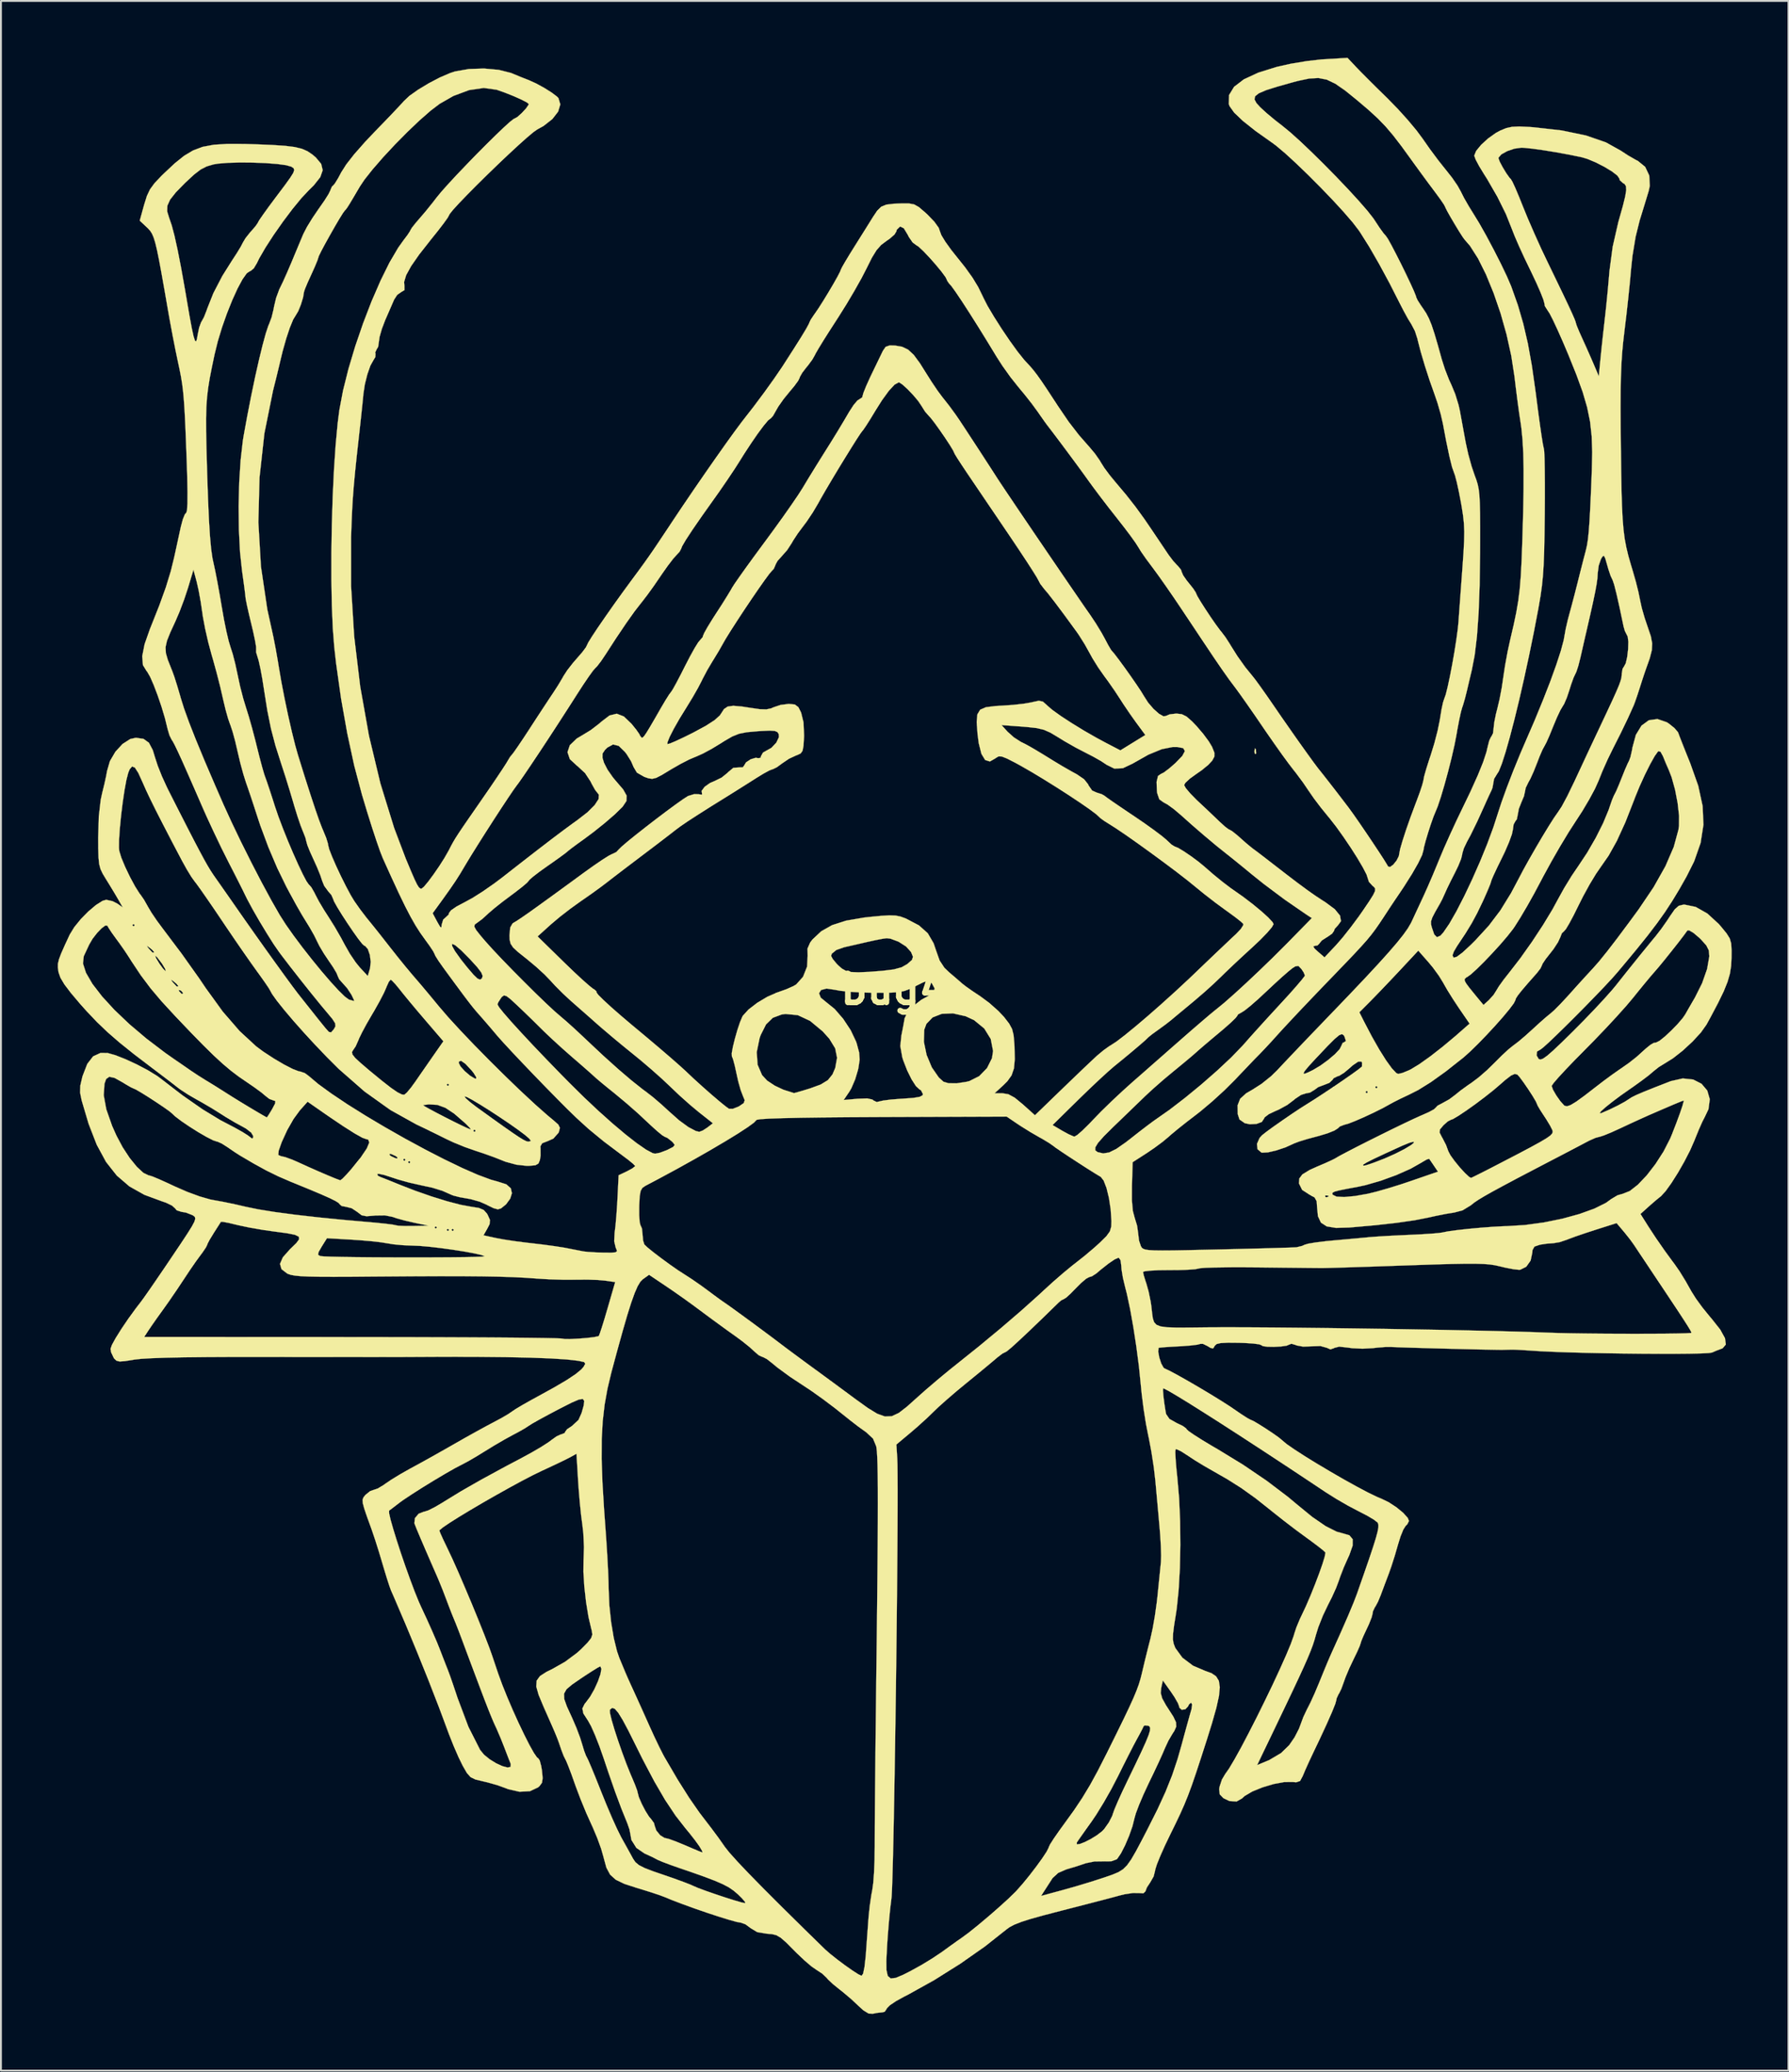
<source format=kicad_pcb>
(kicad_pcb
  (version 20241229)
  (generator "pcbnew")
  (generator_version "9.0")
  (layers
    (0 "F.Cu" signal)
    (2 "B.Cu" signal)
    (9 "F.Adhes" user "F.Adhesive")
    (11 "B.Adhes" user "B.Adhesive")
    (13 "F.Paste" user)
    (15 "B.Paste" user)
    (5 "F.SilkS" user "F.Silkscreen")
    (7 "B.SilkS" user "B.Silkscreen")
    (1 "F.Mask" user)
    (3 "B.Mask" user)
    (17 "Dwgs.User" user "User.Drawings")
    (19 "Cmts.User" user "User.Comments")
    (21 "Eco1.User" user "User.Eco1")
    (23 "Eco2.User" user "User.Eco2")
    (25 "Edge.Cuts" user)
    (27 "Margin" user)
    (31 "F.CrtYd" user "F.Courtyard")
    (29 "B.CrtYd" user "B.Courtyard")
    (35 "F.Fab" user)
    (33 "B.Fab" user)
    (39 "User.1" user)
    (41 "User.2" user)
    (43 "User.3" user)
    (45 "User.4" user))
  (footprint "bug4"
    (layer "F.Cu")
    (at 44.14 49.163)
    (property "Reference" "bug4" (at 0 0 0) (layer "F.SilkS") (effects (font (size 1.524 1.524) (thickness 0.3))))
    (attr through_hole)
    (fp_poly (pts (xy 19.105 -12.66) (xy 19.12 -12.461) (xy 19.095 -12.415) (xy 19.037 -12.454) (xy 19.028 -12.583) (xy 19.059 -12.719) (xy 19.105 -12.66)) (stroke (width 0.01) (type solid)) (fill yes) (layer "F.SilkS"))
    (fp_poly (pts (xy 24.384 -48.688) (xy 24.645 -48.418) (xy 25.038 -48.022) (xy 25.512 -47.551) (xy 26.016 -47.057) (xy 26.063 -47.011) (xy 26.595 -46.466) (xy 27.124 -45.881) (xy 27.586 -45.327) (xy 27.912 -44.888) (xy 28.294 -44.342) (xy 28.722 -43.767) (xy 29.108 -43.281) (xy 29.133 -43.251) (xy 29.466 -42.828) (xy 29.751 -42.414) (xy 29.924 -42.102) (xy 30.095 -41.762) (xy 30.348 -41.321) (xy 30.565 -40.972) (xy 30.891 -40.44) (xy 31.27 -39.768) (xy 31.665 -39.026) (xy 32.04 -38.287) (xy 32.359 -37.621) (xy 32.583 -37.099) (xy 32.59 -37.079) (xy 32.935 -36.105) (xy 33.22 -35.129) (xy 33.461 -34.09) (xy 33.671 -32.926) (xy 33.864 -31.578) (xy 33.894 -31.348) (xy 33.998 -30.543) (xy 34.096 -29.823) (xy 34.183 -29.225) (xy 34.252 -28.791) (xy 34.299 -28.558) (xy 34.308 -28.532) (xy 34.327 -28.375) (xy 34.343 -27.999) (xy 34.353 -27.438) (xy 34.359 -26.727) (xy 34.359 -25.901) (xy 34.354 -25.085) (xy 34.341 -24.007) (xy 34.323 -23.136) (xy 34.297 -22.424) (xy 34.258 -21.825) (xy 34.205 -21.29) (xy 34.133 -20.771) (xy 34.039 -20.221) (xy 34.018 -20.103) (xy 33.778 -18.85) (xy 33.524 -17.609) (xy 33.264 -16.406) (xy 33.003 -15.268) (xy 32.748 -14.223) (xy 32.507 -13.298) (xy 32.286 -12.519) (xy 32.091 -11.914) (xy 31.93 -11.509) (xy 31.822 -11.34) (xy 31.677 -11.101) (xy 31.654 -10.96) (xy 31.595 -10.633) (xy 31.541 -10.497) (xy 31.414 -10.232) (xy 31.252 -9.877) (xy 31.231 -9.828) (xy 30.796 -8.867) (xy 30.437 -8.134) (xy 30.249 -7.788) (xy 30.084 -7.443) (xy 29.998 -7.155) (xy 29.995 -7.111) (xy 29.938 -6.88) (xy 29.789 -6.513) (xy 29.613 -6.152) (xy 29.39 -5.714) (xy 29.199 -5.321) (xy 29.103 -5.106) (xy 28.944 -4.755) (xy 28.826 -4.531) (xy 28.567 -4.078) (xy 28.416 -3.785) (xy 28.351 -3.589) (xy 28.352 -3.43) (xy 28.385 -3.286) (xy 28.518 -2.897) (xy 28.663 -2.749) (xy 28.847 -2.829) (xy 28.998 -2.995) (xy 29.316 -3.46) (xy 29.692 -4.116) (xy 30.103 -4.916) (xy 30.526 -5.808) (xy 30.939 -6.744) (xy 31.318 -7.673) (xy 31.641 -8.546) (xy 31.849 -9.19) (xy 32.062 -9.845) (xy 32.355 -10.656) (xy 32.698 -11.546) (xy 33.064 -12.441) (xy 33.341 -13.083) (xy 33.819 -14.188) (xy 34.257 -15.252) (xy 34.643 -16.242) (xy 34.962 -17.124) (xy 35.203 -17.862) (xy 35.353 -18.423) (xy 35.391 -18.635) (xy 35.46 -19.019) (xy 35.573 -19.507) (xy 35.647 -19.784) (xy 35.775 -20.253) (xy 35.933 -20.853) (xy 36.09 -21.468) (xy 36.115 -21.571) (xy 36.258 -22.139) (xy 36.396 -22.679) (xy 36.505 -23.093) (xy 36.524 -23.166) (xy 36.583 -23.422) (xy 36.633 -23.741) (xy 36.677 -24.157) (xy 36.717 -24.701) (xy 36.756 -25.406) (xy 36.797 -26.303) (xy 36.839 -27.387) (xy 36.859 -28.352) (xy 36.832 -29.189) (xy 36.748 -29.958) (xy 36.592 -30.717) (xy 36.355 -31.526) (xy 36.022 -32.444) (xy 35.594 -33.505) (xy 35.297 -34.204) (xy 35.021 -34.826) (xy 34.785 -35.329) (xy 34.608 -35.673) (xy 34.513 -35.817) (xy 34.36 -36.058) (xy 34.335 -36.203) (xy 34.28 -36.405) (xy 34.131 -36.783) (xy 33.909 -37.287) (xy 33.636 -37.865) (xy 33.582 -37.976) (xy 33.278 -38.607) (xy 32.998 -39.215) (xy 32.773 -39.734) (xy 32.631 -40.096) (xy 32.625 -40.112) (xy 32.305 -40.915) (xy 31.854 -41.825) (xy 31.314 -42.761) (xy 31.145 -43.027) (xy 30.895 -43.438) (xy 30.712 -43.782) (xy 30.682 -43.863) (xy 31.91 -43.863) (xy 31.974 -43.684) (xy 32.13 -43.39) (xy 32.322 -43.074) (xy 32.496 -42.829) (xy 32.567 -42.755) (xy 32.65 -42.615) (xy 32.801 -42.288) (xy 32.997 -41.824) (xy 33.187 -41.351) (xy 33.462 -40.679) (xy 33.806 -39.887) (xy 34.17 -39.082) (xy 34.454 -38.483) (xy 34.936 -37.486) (xy 35.316 -36.697) (xy 35.601 -36.097) (xy 35.801 -35.664) (xy 35.926 -35.378) (xy 35.986 -35.219) (xy 35.994 -35.178) (xy 36.044 -35.02) (xy 36.173 -34.708) (xy 36.301 -34.422) (xy 36.538 -33.901) (xy 36.794 -33.323) (xy 36.908 -33.058) (xy 37.207 -32.356) (xy 37.293 -33.25) (xy 37.349 -33.804) (xy 37.423 -34.487) (xy 37.501 -35.175) (xy 37.522 -35.356) (xy 37.599 -36.054) (xy 37.679 -36.866) (xy 37.749 -37.653) (xy 37.77 -37.909) (xy 37.94 -39.193) (xy 38.24 -40.501) (xy 38.275 -40.624) (xy 38.476 -41.335) (xy 38.601 -41.842) (xy 38.655 -42.181) (xy 38.641 -42.39) (xy 38.563 -42.507) (xy 38.483 -42.55) (xy 38.313 -42.705) (xy 38.291 -42.792) (xy 38.183 -42.95) (xy 37.899 -43.167) (xy 37.502 -43.408) (xy 37.053 -43.638) (xy 36.614 -43.822) (xy 36.322 -43.91) (xy 35.671 -44.045) (xy 34.969 -44.174) (xy 34.285 -44.286) (xy 33.686 -44.369) (xy 33.241 -44.414) (xy 33.119 -44.418) (xy 32.749 -44.367) (xy 32.371 -44.237) (xy 32.065 -44.067) (xy 31.914 -43.894) (xy 31.91 -43.863) (xy 30.682 -43.863) (xy 30.634 -43.991) (xy 30.633 -44.002) (xy 30.734 -44.25) (xy 30.996 -44.569) (xy 31.36 -44.902) (xy 31.767 -45.193) (xy 32.017 -45.329) (xy 32.324 -45.452) (xy 32.626 -45.519) (xy 33.002 -45.536) (xy 33.528 -45.513) (xy 33.74 -45.498) (xy 35.249 -45.329) (xy 36.529 -45.063) (xy 37.579 -44.7) (xy 38.355 -44.269) (xy 38.758 -44.006) (xy 39.156 -43.777) (xy 39.27 -43.72) (xy 39.653 -43.409) (xy 39.87 -42.95) (xy 39.898 -42.403) (xy 39.841 -42.137) (xy 39.738 -41.798) (xy 39.588 -41.306) (xy 39.418 -40.752) (xy 39.367 -40.589) (xy 39.15 -39.716) (xy 38.983 -38.704) (xy 38.912 -38.036) (xy 38.848 -37.327) (xy 38.76 -36.471) (xy 38.661 -35.574) (xy 38.561 -34.743) (xy 38.558 -34.718) (xy 38.491 -34.143) (xy 38.439 -33.584) (xy 38.401 -33.001) (xy 38.375 -32.354) (xy 38.361 -31.604) (xy 38.357 -30.71) (xy 38.362 -29.634) (xy 38.373 -28.591) (xy 38.388 -27.356) (xy 38.406 -26.341) (xy 38.431 -25.51) (xy 38.465 -24.828) (xy 38.512 -24.26) (xy 38.575 -23.769) (xy 38.659 -23.322) (xy 38.765 -22.881) (xy 38.899 -22.412) (xy 38.999 -22.081) (xy 39.158 -21.528) (xy 39.295 -20.984) (xy 39.381 -20.563) (xy 39.383 -20.55) (xy 39.475 -20.126) (xy 39.629 -19.59) (xy 39.793 -19.106) (xy 39.953 -18.634) (xy 40.025 -18.257) (xy 40.006 -17.894) (xy 39.893 -17.458) (xy 39.698 -16.912) (xy 39.608 -16.65) (xy 39.476 -16.249) (xy 39.383 -15.955) (xy 39.242 -15.52) (xy 39.114 -15.153) (xy 39.055 -14.997) (xy 38.751 -14.322) (xy 38.361 -13.51) (xy 37.951 -12.7) (xy 37.673 -12.129) (xy 37.397 -11.511) (xy 37.196 -11.01) (xy 37.002 -10.578) (xy 36.701 -10.018) (xy 36.338 -9.406) (xy 36.012 -8.904) (xy 35.618 -8.295) (xy 35.164 -7.542) (xy 34.698 -6.731) (xy 34.271 -5.949) (xy 34.177 -5.769) (xy 33.806 -5.072) (xy 33.423 -4.387) (xy 33.063 -3.777) (xy 32.765 -3.306) (xy 32.668 -3.166) (xy 32.375 -2.794) (xy 32 -2.358) (xy 31.581 -1.899) (xy 31.159 -1.457) (xy 30.772 -1.074) (xy 30.459 -0.791) (xy 30.261 -0.648) (xy 30.228 -0.638) (xy 30.125 -0.541) (xy 30.123 -0.512) (xy 30.138 -0.429) (xy 30.207 -0.306) (xy 30.359 -0.101) (xy 30.627 0.23) (xy 30.844 0.495) (xy 31.12 0.827) (xy 31.402 0.573) (xy 31.652 0.296) (xy 31.798 0.064) (xy 31.935 -0.161) (xy 32.183 -0.506) (xy 32.488 -0.893) (xy 33.066 -1.641) (xy 33.674 -2.498) (xy 34.257 -3.383) (xy 34.762 -4.217) (xy 35.052 -4.75) (xy 35.38 -5.344) (xy 35.775 -5.988) (xy 36.129 -6.51) (xy 36.595 -7.211) (xy 37.047 -7.995) (xy 37.44 -8.778) (xy 37.728 -9.472) (xy 37.783 -9.637) (xy 37.904 -9.988) (xy 38.009 -10.236) (xy 38.032 -10.275) (xy 38.123 -10.454) (xy 38.269 -10.795) (xy 38.419 -11.168) (xy 38.587 -11.586) (xy 38.729 -11.912) (xy 38.805 -12.062) (xy 38.878 -12.259) (xy 38.956 -12.603) (xy 38.982 -12.758) (xy 39.164 -13.429) (xy 39.461 -13.915) (xy 39.848 -14.199) (xy 40.301 -14.264) (xy 40.794 -14.095) (xy 40.903 -14.025) (xy 41.195 -13.791) (xy 41.38 -13.578) (xy 41.401 -13.532) (xy 41.471 -13.342) (xy 41.617 -12.97) (xy 41.815 -12.472) (xy 42.032 -11.934) (xy 42.455 -10.741) (xy 42.688 -9.673) (xy 42.731 -8.684) (xy 42.581 -7.724) (xy 42.238 -6.747) (xy 41.841 -5.955) (xy 41.451 -5.268) (xy 41.081 -4.655) (xy 40.701 -4.074) (xy 40.281 -3.484) (xy 39.791 -2.842) (xy 39.201 -2.108) (xy 38.48 -1.24) (xy 38.195 -0.901) (xy 37.905 -0.572) (xy 37.506 -0.143) (xy 37.028 0.356) (xy 36.504 0.894) (xy 35.965 1.439) (xy 35.44 1.961) (xy 34.962 2.428) (xy 34.562 2.809) (xy 34.27 3.072) (xy 34.118 3.188) (xy 34.108 3.191) (xy 33.947 3.285) (xy 33.925 3.491) (xy 34.032 3.676) (xy 34.123 3.71) (xy 34.265 3.66) (xy 34.484 3.505) (xy 34.803 3.227) (xy 35.25 2.804) (xy 35.835 2.229) (xy 36.419 1.64) (xy 36.99 1.045) (xy 37.503 0.494) (xy 37.909 0.037) (xy 38.1 -0.192) (xy 38.756 -1.018) (xy 39.397 -1.815) (xy 39.967 -2.513) (xy 40.212 -2.808) (xy 40.507 -3.19) (xy 40.829 -3.649) (xy 40.967 -3.861) (xy 41.218 -4.221) (xy 41.427 -4.405) (xy 41.664 -4.465) (xy 41.74 -4.467) (xy 42.323 -4.347) (xy 42.933 -4.002) (xy 43.533 -3.453) (xy 43.667 -3.3) (xy 43.951 -2.95) (xy 44.117 -2.686) (xy 44.195 -2.416) (xy 44.216 -2.048) (xy 44.213 -1.666) (xy 44.191 -1.231) (xy 44.126 -0.819) (xy 44 -0.386) (xy 43.799 0.113) (xy 43.504 0.721) (xy 43.1 1.484) (xy 42.89 1.868) (xy 42.596 2.281) (xy 42.155 2.759) (xy 41.64 3.236) (xy 41.121 3.643) (xy 40.74 3.881) (xy 40.378 4.103) (xy 40.077 4.341) (xy 40.067 4.352) (xy 39.845 4.54) (xy 39.479 4.818) (xy 39.036 5.136) (xy 38.893 5.235) (xy 38.373 5.6) (xy 37.919 5.939) (xy 37.561 6.225) (xy 37.327 6.436) (xy 37.246 6.546) (xy 37.334 6.538) (xy 37.758 6.355) (xy 38.206 6.137) (xy 38.589 5.929) (xy 38.802 5.791) (xy 38.945 5.699) (xy 39.191 5.577) (xy 39.571 5.414) (xy 40.12 5.193) (xy 40.87 4.902) (xy 41.008 4.848) (xy 41.637 4.706) (xy 42.188 4.763) (xy 42.63 4.987) (xy 42.933 5.345) (xy 43.065 5.804) (xy 42.995 6.332) (xy 42.804 6.734) (xy 42.673 6.989) (xy 42.489 7.403) (xy 42.289 7.892) (xy 42.255 7.979) (xy 42.026 8.503) (xy 41.723 9.091) (xy 41.384 9.684) (xy 41.042 10.225) (xy 40.732 10.656) (xy 40.491 10.918) (xy 40.472 10.933) (xy 40.253 11.109) (xy 39.949 11.371) (xy 39.838 11.47) (xy 39.407 11.859) (xy 39.833 12.535) (xy 40.229 13.138) (xy 40.686 13.797) (xy 41.118 14.387) (xy 41.194 14.487) (xy 41.47 14.883) (xy 41.794 15.409) (xy 42.101 15.955) (xy 42.334 16.325) (xy 42.676 16.794) (xy 43.064 17.272) (xy 43.157 17.38) (xy 43.616 17.958) (xy 43.868 18.416) (xy 43.912 18.747) (xy 43.745 18.946) (xy 43.684 18.97) (xy 43.386 19.084) (xy 43.184 19.173) (xy 42.998 19.2) (xy 42.592 19.22) (xy 42.001 19.233) (xy 41.26 19.24) (xy 40.403 19.24) (xy 39.466 19.235) (xy 38.485 19.224) (xy 37.492 19.208) (xy 36.525 19.188) (xy 35.618 19.163) (xy 34.805 19.134) (xy 34.122 19.102) (xy 33.76 19.079) (xy 33.278 19.047) (xy 32.877 19.025) (xy 32.643 19.018) (xy 32.328 19.025) (xy 32.133 19.03) (xy 31.905 19.029) (xy 31.473 19.021) (xy 30.884 19.009) (xy 30.186 18.993) (xy 29.426 18.974) (xy 28.652 18.954) (xy 27.91 18.933) (xy 27.248 18.914) (xy 26.713 18.896) (xy 26.353 18.883) (xy 26.23 18.876) (xy 25.961 18.878) (xy 25.551 18.909) (xy 25.272 18.94) (xy 24.737 18.969) (xy 24.187 18.943) (xy 23.972 18.912) (xy 23.503 18.86) (xy 23.248 18.925) (xy 23.235 18.937) (xy 23.041 19.005) (xy 22.849 18.921) (xy 22.514 18.828) (xy 22.041 18.843) (xy 21.603 18.86) (xy 21.258 18.797) (xy 21.215 18.777) (xy 20.985 18.708) (xy 20.879 18.746) (xy 20.729 18.81) (xy 20.428 18.852) (xy 20.059 18.872) (xy 19.71 18.866) (xy 19.465 18.831) (xy 19.401 18.786) (xy 19.283 18.739) (xy 18.965 18.697) (xy 18.503 18.667) (xy 18.203 18.658) (xy 17.621 18.653) (xy 17.248 18.672) (xy 17.036 18.722) (xy 16.938 18.809) (xy 16.928 18.83) (xy 16.849 18.956) (xy 16.709 18.926) (xy 16.553 18.831) (xy 16.311 18.713) (xy 16.173 18.715) (xy 16.017 18.757) (xy 15.67 18.8) (xy 15.201 18.836) (xy 15.043 18.844) (xy 14.559 18.871) (xy 14.186 18.897) (xy 13.988 18.919) (xy 13.971 18.924) (xy 13.948 19.118) (xy 14.004 19.431) (xy 14.109 19.752) (xy 14.232 19.973) (xy 14.279 20.008) (xy 14.542 20.131) (xy 14.969 20.359) (xy 15.509 20.663) (xy 16.108 21.012) (xy 16.715 21.374) (xy 17.278 21.721) (xy 17.745 22.02) (xy 17.956 22.164) (xy 18.345 22.43) (xy 18.651 22.627) (xy 18.818 22.717) (xy 18.828 22.72) (xy 18.976 22.786) (xy 19.266 22.956) (xy 19.629 23.185) (xy 19.997 23.43) (xy 20.304 23.647) (xy 20.481 23.792) (xy 20.486 23.797) (xy 20.718 23.993) (xy 21.133 24.282) (xy 21.687 24.64) (xy 22.337 25.04) (xy 23.039 25.458) (xy 23.75 25.868) (xy 24.427 26.244) (xy 25.027 26.561) (xy 25.506 26.793) (xy 25.719 26.881) (xy 26.119 27.074) (xy 26.528 27.342) (xy 26.883 27.634) (xy 27.122 27.901) (xy 27.187 28.061) (xy 27.1 28.233) (xy 27.008 28.325) (xy 26.886 28.518) (xy 26.739 28.881) (xy 26.6 29.33) (xy 26.439 29.89) (xy 26.256 30.461) (xy 26.127 30.825) (xy 25.943 31.312) (xy 25.76 31.801) (xy 25.697 31.973) (xy 25.553 32.321) (xy 25.422 32.566) (xy 25.391 32.605) (xy 25.282 32.834) (xy 25.271 32.924) (xy 25.217 33.144) (xy 25.078 33.497) (xy 24.956 33.76) (xy 24.782 34.132) (xy 24.666 34.412) (xy 24.638 34.51) (xy 24.582 34.675) (xy 24.44 34.993) (xy 24.271 35.34) (xy 24.042 35.823) (xy 23.84 36.304) (xy 23.745 36.568) (xy 23.617 36.918) (xy 23.498 37.163) (xy 23.47 37.2) (xy 23.363 37.434) (xy 23.358 37.487) (xy 23.299 37.706) (xy 23.127 38.138) (xy 22.847 38.773) (xy 22.464 39.598) (xy 22.144 40.27) (xy 21.915 40.755) (xy 21.715 41.198) (xy 21.584 41.509) (xy 21.576 41.528) (xy 21.439 41.784) (xy 21.233 41.854) (xy 21.05 41.837) (xy 20.604 41.841) (xy 20.046 41.944) (xy 19.456 42.12) (xy 18.916 42.34) (xy 18.507 42.581) (xy 18.37 42.707) (xy 18.088 42.866) (xy 17.712 42.844) (xy 17.391 42.691) (xy 17.198 42.491) (xy 17.168 42.216) (xy 17.189 42.084) (xy 17.313 41.708) (xy 17.485 41.419) (xy 17.691 41.126) (xy 17.98 40.639) (xy 18.334 39.999) (xy 18.731 39.244) (xy 19.153 38.416) (xy 19.58 37.553) (xy 19.993 36.696) (xy 20.371 35.884) (xy 20.695 35.158) (xy 20.946 34.557) (xy 21.103 34.121) (xy 21.132 34.016) (xy 21.245 33.675) (xy 21.426 33.24) (xy 21.533 33.015) (xy 21.753 32.546) (xy 21.991 31.993) (xy 22.227 31.407) (xy 22.443 30.837) (xy 22.619 30.336) (xy 22.736 29.954) (xy 22.776 29.741) (xy 22.771 29.72) (xy 22.642 29.599) (xy 22.354 29.372) (xy 21.962 29.079) (xy 21.768 28.939) (xy 21.208 28.527) (xy 20.574 28.042) (xy 19.989 27.579) (xy 19.894 27.502) (xy 19.079 26.856) (xy 18.341 26.328) (xy 17.582 25.848) (xy 16.897 25.457) (xy 16.382 25.162) (xy 15.873 24.851) (xy 15.479 24.592) (xy 15.476 24.59) (xy 15.159 24.387) (xy 14.932 24.28) (xy 14.865 24.277) (xy 14.851 24.424) (xy 14.866 24.771) (xy 14.905 25.265) (xy 14.96 25.799) (xy 15.053 26.875) (xy 15.105 28.071) (xy 15.118 29.317) (xy 15.093 30.545) (xy 15.029 31.685) (xy 14.929 32.666) (xy 14.884 32.968) (xy 14.785 33.587) (xy 14.732 34.014) (xy 14.724 34.308) (xy 14.76 34.528) (xy 14.839 34.734) (xy 14.856 34.771) (xy 15.226 35.278) (xy 15.784 35.699) (xy 16.431 35.974) (xy 16.767 36.097) (xy 17.006 36.262) (xy 17.15 36.499) (xy 17.2 36.835) (xy 17.156 37.3) (xy 17.019 37.922) (xy 16.79 38.729) (xy 16.526 39.575) (xy 16.208 40.564) (xy 15.947 41.357) (xy 15.726 42.001) (xy 15.526 42.542) (xy 15.329 43.029) (xy 15.116 43.508) (xy 14.87 44.026) (xy 14.596 44.584) (xy 14.303 45.195) (xy 14.057 45.745) (xy 13.879 46.186) (xy 13.791 46.466) (xy 13.785 46.513) (xy 13.707 46.824) (xy 13.53 47.133) (xy 13.351 47.405) (xy 13.274 47.609) (xy 13.274 47.612) (xy 13.167 47.713) (xy 12.932 47.701) (xy 12.609 47.698) (xy 12.174 47.763) (xy 11.943 47.819) (xy 11.616 47.908) (xy 11.092 48.047) (xy 10.424 48.221) (xy 9.662 48.418) (xy 8.857 48.624) (xy 8.829 48.631) (xy 7.925 48.867) (xy 7.234 49.059) (xy 6.723 49.222) (xy 6.354 49.367) (xy 6.094 49.505) (xy 5.944 49.615) (xy 4.8 50.52) (xy 3.496 51.433) (xy 2.123 52.295) (xy 0.768 53.049) (xy 0.542 53.164) (xy 0.112 53.401) (xy -0.212 53.619) (xy -0.374 53.78) (xy -0.383 53.809) (xy -0.488 53.964) (xy -0.606 53.993) (xy -0.916 54.027) (xy -1.105 54.068) (xy -1.338 54.058) (xy -1.619 53.886) (xy -1.875 53.652) (xy -2.277 53.278) (xy -2.714 52.91) (xy -2.876 52.784) (xy -3.212 52.513) (xy -3.478 52.262) (xy -3.55 52.177) (xy -3.783 51.954) (xy -4.09 51.754) (xy -4.347 51.576) (xy -4.713 51.265) (xy -5.123 50.878) (xy -5.285 50.715) (xy -5.686 50.312) (xy -5.974 50.06) (xy -6.209 49.923) (xy -6.451 49.864) (xy -6.688 49.849) (xy -7.221 49.76) (xy -7.568 49.549) (xy -7.837 49.351) (xy -8.064 49.268) (xy -8.064 49.268) (xy -8.293 49.226) (xy -8.708 49.111) (xy -9.256 48.941) (xy -9.886 48.734) (xy -10.543 48.507) (xy -11.176 48.277) (xy -11.733 48.064) (xy -12.062 47.927) (xy -12.358 47.815) (xy -12.818 47.662) (xy -13.36 47.493) (xy -13.572 47.43) (xy -14.23 47.215) (xy -14.684 46.996) (xy -14.984 46.726) (xy -15.18 46.36) (xy -15.319 45.855) (xy -15.326 45.822) (xy -15.455 45.367) (xy -15.662 44.795) (xy -15.908 44.214) (xy -15.962 44.099) (xy -16.244 43.472) (xy -16.544 42.741) (xy -16.806 42.049) (xy -16.846 41.936) (xy -17.028 41.424) (xy -17.189 41) (xy -17.303 40.724) (xy -17.337 40.659) (xy -17.436 40.46) (xy -17.564 40.126) (xy -17.602 40.015) (xy -17.679 39.786) (xy -17.755 39.577) (xy -17.851 39.338) (xy -17.986 39.019) (xy -18.183 38.572) (xy -18.46 37.947) (xy -18.499 37.859) (xy -18.756 37.245) (xy -18.776 37.175) (xy -17.415 37.175) (xy -17.405 37.459) (xy -17.265 37.852) (xy -17.008 38.415) (xy -16.981 38.474) (xy -16.761 38.984) (xy -16.566 39.502) (xy -16.466 39.823) (xy -16.354 40.195) (xy -16.251 40.465) (xy -16.217 40.525) (xy -16.138 40.685) (xy -15.987 41.036) (xy -15.781 41.533) (xy -15.542 42.13) (xy -15.445 42.376) (xy -15.166 43.064) (xy -14.88 43.733) (xy -14.617 44.314) (xy -14.407 44.739) (xy -14.373 44.801) (xy -14.124 45.246) (xy -13.894 45.662) (xy -13.773 45.886) (xy -13.649 46.069) (xy -13.462 46.224) (xy -13.164 46.377) (xy -12.707 46.553) (xy -12.221 46.72) (xy -11.641 46.919) (xy -11.126 47.106) (xy -10.739 47.256) (xy -10.569 47.333) (xy -10.332 47.435) (xy -9.933 47.583) (xy -9.437 47.755) (xy -8.914 47.929) (xy -8.43 48.082) (xy -8.052 48.192) (xy -7.85 48.236) (xy -7.863 48.164) (xy -8.03 47.97) (xy -8.237 47.767) (xy -8.464 47.573) (xy -8.715 47.401) (xy -9.031 47.233) (xy -9.45 47.051) (xy -10.01 46.838) (xy -10.752 46.576) (xy -11.296 46.39) (xy -11.79 46.216) (xy -12.205 46.06) (xy -12.469 45.949) (xy -12.509 45.928) (xy -12.748 45.803) (xy -13.094 45.643) (xy -13.164 45.613) (xy -13.598 45.314) (xy -13.859 44.898) (xy -13.913 44.591) (xy -13.961 44.341) (xy -14.078 44.007) (xy -14.085 43.991) (xy -14.381 43.262) (xy -14.708 42.384) (xy -15.079 41.32) (xy -15.324 40.589) (xy -15.548 39.95) (xy -15.778 39.364) (xy -15.987 38.894) (xy -16.149 38.601) (xy -16.159 38.587) (xy -16.394 38.224) (xy -16.432 38.038) (xy -14.999 38.038) (xy -14.99 38.205) (xy -14.905 38.561) (xy -14.759 39.055) (xy -14.57 39.639) (xy -14.353 40.263) (xy -14.125 40.878) (xy -13.901 41.434) (xy -13.832 41.594) (xy -13.669 41.983) (xy -13.559 42.281) (xy -13.53 42.399) (xy -13.468 42.636) (xy -13.314 42.991) (xy -13.118 43.367) (xy -12.928 43.668) (xy -12.834 43.775) (xy -12.668 44.004) (xy -12.636 44.136) (xy -12.547 44.396) (xy -12.339 44.65) (xy -12.104 44.794) (xy -12.055 44.801) (xy -11.866 44.849) (xy -11.516 44.976) (xy -11.077 45.156) (xy -11.021 45.179) (xy -10.595 45.362) (xy -10.27 45.498) (xy -10.107 45.561) (xy -10.101 45.562) (xy -10.129 45.473) (xy -10.261 45.249) (xy -10.282 45.216) (xy -10.496 44.919) (xy -10.797 44.535) (xy -11 44.29) (xy -11.532 43.608) (xy -12.077 42.789) (xy -12.652 41.803) (xy -13.276 40.619) (xy -13.624 39.919) (xy -14.015 39.134) (xy -14.32 38.564) (xy -14.553 38.186) (xy -14.73 37.98) (xy -14.865 37.926) (xy -14.975 38.003) (xy -14.999 38.038) (xy -16.432 38.038) (xy -16.448 37.96) (xy -16.331 37.72) (xy -16.278 37.657) (xy -16.04 37.339) (xy -15.815 36.944) (xy -15.626 36.529) (xy -15.494 36.151) (xy -15.442 35.87) (xy -15.495 35.741) (xy -15.514 35.739) (xy -15.643 35.806) (xy -15.932 35.984) (xy -16.33 36.243) (xy -16.546 36.388) (xy -16.998 36.699) (xy -17.284 36.941) (xy -17.415 37.175) (xy -18.776 37.175) (xy -18.881 36.805) (xy -18.861 36.489) (xy -18.685 36.246) (xy -18.339 36.024) (xy -18.029 35.872) (xy -17.36 35.493) (xy -16.722 35.017) (xy -16.51 34.824) (xy -16.171 34.48) (xy -15.986 34.245) (xy -15.923 34.058) (xy -15.95 33.855) (xy -15.972 33.778) (xy -16.123 33.138) (xy -16.251 32.356) (xy -16.344 31.528) (xy -16.393 30.748) (xy -16.386 30.112) (xy -16.383 30.071) (xy -16.364 29.434) (xy -16.395 28.732) (xy -16.446 28.272) (xy -16.514 27.754) (xy -16.583 27.084) (xy -16.643 26.366) (xy -16.672 25.946) (xy -16.741 24.801) (xy -15.431 24.801) (xy -15.39 26.015) (xy -15.305 27.421) (xy -15.252 28.144) (xy -15.191 28.996) (xy -15.137 29.845) (xy -15.095 30.626) (xy -15.069 31.273) (xy -15.061 31.654) (xy -15.025 32.511) (xy -14.931 33.396) (xy -14.792 34.231) (xy -14.619 34.94) (xy -14.497 35.292) (xy -14.337 35.676) (xy -14.203 35.997) (xy -14.178 36.058) (xy -14.068 36.31) (xy -13.894 36.698) (xy -13.747 37.018) (xy -13.545 37.463) (xy -13.284 38.04) (xy -13.011 38.649) (xy -12.913 38.869) (xy -12.655 39.435) (xy -12.396 39.976) (xy -12.178 40.406) (xy -12.105 40.539) (xy -11.421 41.707) (xy -10.814 42.669) (xy -10.266 43.458) (xy -10.02 43.78) (xy -9.64 44.275) (xy -9.257 44.792) (xy -8.951 45.226) (xy -8.937 45.248) (xy -8.694 45.556) (xy -8.27 46.029) (xy -7.664 46.669) (xy -6.873 47.476) (xy -5.897 48.452) (xy -4.735 49.598) (xy -3.638 50.67) (xy -3.365 50.91) (xy -2.994 51.204) (xy -2.585 51.51) (xy -2.196 51.784) (xy -1.886 51.984) (xy -1.712 52.068) (xy -1.709 52.068) (xy -1.628 51.95) (xy -1.555 51.602) (xy -1.514 51.235) (xy -0.401 51.235) (xy -0.396 51.759) (xy -0.327 52.074) (xy -0.172 52.206) (xy 0.093 52.177) (xy 0.489 52.011) (xy 0.89 51.807) (xy 1.456 51.494) (xy 2.041 51.138) (xy 2.525 50.814) (xy 2.553 50.794) (xy 2.966 50.493) (xy 3.343 50.224) (xy 3.574 50.064) (xy 3.945 49.791) (xy 4.439 49.394) (xy 4.994 48.928) (xy 5.549 48.444) (xy 6.042 47.997) (xy 6.19 47.852) (xy 7.764 47.852) (xy 8.956 47.529) (xy 9.635 47.336) (xy 10.372 47.113) (xy 11.03 46.902) (xy 11.164 46.857) (xy 11.551 46.722) (xy 11.85 46.596) (xy 12.091 46.445) (xy 12.305 46.233) (xy 12.524 45.925) (xy 12.779 45.485) (xy 13.1 44.879) (xy 13.372 44.354) (xy 13.912 43.28) (xy 14.34 42.347) (xy 14.684 41.485) (xy 14.973 40.622) (xy 15.183 39.887) (xy 15.352 39.263) (xy 15.507 38.699) (xy 15.63 38.258) (xy 15.704 38.004) (xy 15.741 37.749) (xy 15.681 37.649) (xy 15.571 37.746) (xy 15.526 37.845) (xy 15.381 38) (xy 15.19 38.026) (xy 15.068 37.916) (xy 15.061 37.867) (xy 14.991 37.677) (xy 14.811 37.362) (xy 14.628 37.088) (xy 14.194 36.478) (xy 14.106 36.877) (xy 14.083 37.146) (xy 14.159 37.423) (xy 14.361 37.788) (xy 14.476 37.965) (xy 14.751 38.395) (xy 14.889 38.688) (xy 14.901 38.914) (xy 14.8 39.141) (xy 14.701 39.293) (xy 14.489 39.656) (xy 14.298 40.066) (xy 14.294 40.078) (xy 14.168 40.371) (xy 13.96 40.828) (xy 13.699 41.383) (xy 13.445 41.909) (xy 13.171 42.497) (xy 12.936 43.049) (xy 12.768 43.497) (xy 12.694 43.759) (xy 12.59 44.176) (xy 12.415 44.672) (xy 12.202 45.173) (xy 11.984 45.602) (xy 11.795 45.881) (xy 11.754 45.921) (xy 11.471 46.023) (xy 11.056 46.027) (xy 11.052 46.026) (xy 10.585 46.032) (xy 10.124 46.125) (xy 10.095 46.136) (xy 9.655 46.284) (xy 9.174 46.428) (xy 9.108 46.446) (xy 8.669 46.638) (xy 8.375 46.907) (xy 8.374 46.908) (xy 8.141 47.269) (xy 7.967 47.539) (xy 7.764 47.852) (xy 6.19 47.852) (xy 6.411 47.638) (xy 6.456 47.591) (xy 6.791 47.212) (xy 7.155 46.766) (xy 7.511 46.303) (xy 7.823 45.872) (xy 8.053 45.524) (xy 8.164 45.309) (xy 8.169 45.282) (xy 8.241 45.13) (xy 8.243 45.128) (xy 9.65 45.128) (xy 9.809 45.112) (xy 10.074 45.009) (xy 10.395 44.845) (xy 10.716 44.646) (xy 10.986 44.438) (xy 11.096 44.324) (xy 11.346 43.97) (xy 11.52 43.629) (xy 11.549 43.539) (xy 11.635 43.296) (xy 11.81 42.883) (xy 12.047 42.358) (xy 12.312 41.802) (xy 12.739 40.919) (xy 13.063 40.237) (xy 13.293 39.73) (xy 13.44 39.37) (xy 13.514 39.13) (xy 13.525 38.983) (xy 13.485 38.902) (xy 13.425 38.868) (xy 13.231 38.85) (xy 13.179 38.896) (xy 13.1 39.062) (xy 12.939 39.367) (xy 12.826 39.573) (xy 12.641 39.919) (xy 12.382 40.423) (xy 12.084 41.014) (xy 11.821 41.546) (xy 11.471 42.219) (xy 11.072 42.922) (xy 10.68 43.56) (xy 10.436 43.92) (xy 10.122 44.36) (xy 9.861 44.729) (xy 9.691 44.972) (xy 9.653 45.03) (xy 9.65 45.128) (xy 8.243 45.128) (xy 8.436 44.824) (xy 8.722 44.412) (xy 8.985 44.05) (xy 9.502 43.334) (xy 9.942 42.676) (xy 10.348 42.003) (xy 10.764 41.242) (xy 11.233 40.321) (xy 11.256 40.275) (xy 11.74 39.299) (xy 12.122 38.519) (xy 12.417 37.9) (xy 12.64 37.411) (xy 12.804 37.018) (xy 12.925 36.688) (xy 13.015 36.39) (xy 13.091 36.089) (xy 13.098 36.058) (xy 13.247 35.43) (xy 13.42 34.735) (xy 13.539 34.271) (xy 13.657 33.738) (xy 13.775 33.063) (xy 13.874 32.355) (xy 13.91 32.037) (xy 13.972 31.422) (xy 14.03 30.852) (xy 14.075 30.406) (xy 14.093 30.226) (xy 14.103 29.893) (xy 14.089 29.389) (xy 14.054 28.798) (xy 14.027 28.47) (xy 13.961 27.727) (xy 13.886 26.893) (xy 13.816 26.121) (xy 13.8 25.942) (xy 13.716 25.22) (xy 13.593 24.422) (xy 13.456 23.695) (xy 13.424 23.549) (xy 13.301 22.925) (xy 13.18 22.16) (xy 13.079 21.365) (xy 13.06 21.173) (xy 14.2 21.173) (xy 14.223 21.461) (xy 14.271 21.845) (xy 14.334 22.249) (xy 14.366 22.418) (xy 14.541 22.675) (xy 14.933 22.896) (xy 15.245 23.045) (xy 15.426 23.177) (xy 15.444 23.214) (xy 15.549 23.314) (xy 15.837 23.514) (xy 16.27 23.788) (xy 16.809 24.112) (xy 17.066 24.261) (xy 18.408 25.079) (xy 19.672 25.936) (xy 20.793 26.786) (xy 21.263 27.179) (xy 22.083 27.85) (xy 22.79 28.335) (xy 23.371 28.628) (xy 23.677 28.711) (xy 24.038 28.816) (xy 24.214 29.023) (xy 24.213 29.361) (xy 24.039 29.857) (xy 23.956 30.037) (xy 23.744 30.515) (xy 23.557 30.996) (xy 23.485 31.208) (xy 23.341 31.591) (xy 23.12 32.081) (xy 22.902 32.512) (xy 22.64 33.061) (xy 22.402 33.664) (xy 22.274 34.076) (xy 22.201 34.336) (xy 22.112 34.61) (xy 21.994 34.925) (xy 21.835 35.309) (xy 21.622 35.789) (xy 21.345 36.393) (xy 20.989 37.149) (xy 20.544 38.083) (xy 20.099 39.013) (xy 19.17 40.947) (xy 19.804 40.684) (xy 20.434 40.311) (xy 20.86 39.898) (xy 21.147 39.481) (xy 21.378 39.033) (xy 21.441 38.866) (xy 21.608 38.415) (xy 21.81 37.986) (xy 21.836 37.94) (xy 21.997 37.621) (xy 22.209 37.155) (xy 22.429 36.632) (xy 22.468 36.536) (xy 22.688 35.996) (xy 22.904 35.477) (xy 23.076 35.081) (xy 23.096 35.037) (xy 23.581 33.96) (xy 23.974 33.064) (xy 24.265 32.365) (xy 24.44 31.91) (xy 24.801 30.879) (xy 25.083 30.062) (xy 25.293 29.433) (xy 25.44 28.964) (xy 25.53 28.629) (xy 25.572 28.401) (xy 25.573 28.255) (xy 25.541 28.163) (xy 25.524 28.14) (xy 25.337 27.994) (xy 24.99 27.787) (xy 24.555 27.561) (xy 24.523 27.545) (xy 23.981 27.261) (xy 23.362 26.904) (xy 22.798 26.549) (xy 22.783 26.539) (xy 21.563 25.727) (xy 20.374 24.941) (xy 19.235 24.194) (xy 18.165 23.498) (xy 17.183 22.865) (xy 16.308 22.308) (xy 15.559 21.838) (xy 14.956 21.468) (xy 14.517 21.21) (xy 14.262 21.077) (xy 14.21 21.06) (xy 14.2 21.173) (xy 13.06 21.173) (xy 13.03 20.869) (xy 12.931 19.897) (xy 12.796 18.862) (xy 12.638 17.833) (xy 12.467 16.88) (xy 12.295 16.073) (xy 12.199 15.699) (xy 12.086 15.225) (xy 12.036 14.921) (xy 13.147 14.921) (xy 13.186 15.101) (xy 13.284 15.417) (xy 13.322 15.526) (xy 13.443 15.955) (xy 13.55 16.477) (xy 13.587 16.723) (xy 13.627 17.087) (xy 13.665 17.365) (xy 13.731 17.568) (xy 13.858 17.707) (xy 14.076 17.794) (xy 14.418 17.839) (xy 14.914 17.855) (xy 15.596 17.853) (xy 16.496 17.843) (xy 16.696 17.841) (xy 17.584 17.838) (xy 18.674 17.841) (xy 19.931 17.849) (xy 21.32 17.862) (xy 22.804 17.879) (xy 24.348 17.9) (xy 25.916 17.923) (xy 27.472 17.95) (xy 28.982 17.977) (xy 30.408 18.007) (xy 31.716 18.037) (xy 32.869 18.067) (xy 33.833 18.097) (xy 34.462 18.121) (xy 34.996 18.139) (xy 35.679 18.154) (xy 36.471 18.166) (xy 37.334 18.175) (xy 38.229 18.18) (xy 39.115 18.182) (xy 39.955 18.18) (xy 40.708 18.176) (xy 41.336 18.167) (xy 41.799 18.155) (xy 42.059 18.14) (xy 42.092 18.134) (xy 42.089 18.096) (xy 42.028 17.978) (xy 41.894 17.758) (xy 41.672 17.412) (xy 41.348 16.918) (xy 40.907 16.254) (xy 40.468 15.596) (xy 40.053 14.974) (xy 39.675 14.407) (xy 39.362 13.938) (xy 39.143 13.609) (xy 39.057 13.48) (xy 38.85 13.194) (xy 38.575 12.848) (xy 38.506 12.766) (xy 38.147 12.341) (xy 37.039 12.692) (xy 36.486 12.872) (xy 35.978 13.046) (xy 35.598 13.187) (xy 35.511 13.222) (xy 35.136 13.347) (xy 34.805 13.402) (xy 34.793 13.402) (xy 34.445 13.428) (xy 34.095 13.482) (xy 33.81 13.58) (xy 33.705 13.768) (xy 33.696 13.9) (xy 33.607 14.319) (xy 33.377 14.644) (xy 33.062 14.801) (xy 32.993 14.806) (xy 32.703 14.774) (xy 32.277 14.692) (xy 31.957 14.616) (xy 31.721 14.563) (xy 31.452 14.523) (xy 31.121 14.497) (xy 30.696 14.485) (xy 30.147 14.485) (xy 29.442 14.497) (xy 28.552 14.522) (xy 27.445 14.559) (xy 27.132 14.57) (xy 26.114 14.605) (xy 25.16 14.638) (xy 24.305 14.665) (xy 23.583 14.688) (xy 23.03 14.704) (xy 22.68 14.712) (xy 22.592 14.713) (xy 22.337 14.711) (xy 21.87 14.707) (xy 21.234 14.7) (xy 20.472 14.692) (xy 19.627 14.682) (xy 19.195 14.677) (xy 18.347 14.671) (xy 17.581 14.673) (xy 16.935 14.683) (xy 16.448 14.699) (xy 16.156 14.721) (xy 16.093 14.736) (xy 15.91 14.773) (xy 15.531 14.802) (xy 15.015 14.818) (xy 14.545 14.821) (xy 13.982 14.827) (xy 13.527 14.85) (xy 13.233 14.885) (xy 13.147 14.921) (xy 12.036 14.921) (xy 12.014 14.781) (xy 12 14.583) (xy 11.961 14.3) (xy 11.868 14.169) (xy 11.857 14.168) (xy 11.659 14.251) (xy 11.325 14.476) (xy 10.901 14.811) (xy 10.69 14.993) (xy 10.449 15.149) (xy 10.309 15.189) (xy 10.145 15.276) (xy 9.876 15.504) (xy 9.617 15.763) (xy 9.322 16.065) (xy 9.091 16.274) (xy 8.987 16.338) (xy 8.83 16.417) (xy 8.69 16.536) (xy 7.854 17.351) (xy 7.152 18.025) (xy 6.595 18.549) (xy 6.192 18.914) (xy 5.952 19.111) (xy 5.89 19.146) (xy 5.733 19.223) (xy 5.479 19.414) (xy 5.413 19.47) (xy 5.166 19.679) (xy 4.777 20.003) (xy 4.299 20.396) (xy 3.829 20.779) (xy 3.298 21.218) (xy 2.786 21.658) (xy 2.358 22.041) (xy 2.106 22.282) (xy 1.734 22.641) (xy 1.27 23.062) (xy 0.861 23.414) (xy 0.127 24.027) (xy 0.172 24.746) (xy 0.184 25.084) (xy 0.19 25.646) (xy 0.193 26.408) (xy 0.192 27.347) (xy 0.187 28.44) (xy 0.179 29.664) (xy 0.168 30.995) (xy 0.155 32.41) (xy 0.139 33.885) (xy 0.121 35.398) (xy 0.102 36.926) (xy 0.08 38.445) (xy 0.058 39.931) (xy 0.035 41.362) (xy 0.012 42.714) (xy -0.012 43.964) (xy -0.035 45.089) (xy -0.059 46.066) (xy -0.081 46.87) (xy -0.102 47.48) (xy -0.122 47.872) (xy -0.134 47.992) (xy -0.199 48.525) (xy -0.266 49.214) (xy -0.327 49.957) (xy -0.362 50.481) (xy -0.401 51.235) (xy -1.514 51.235) (xy -1.493 51.051) (xy -1.481 50.896) (xy -1.435 50.257) (xy -1.387 49.607) (xy -1.347 49.064) (xy -1.338 48.949) (xy -1.28 48.391) (xy -1.196 47.815) (xy -1.145 47.545) (xy -1.092 47.167) (xy -1.05 46.609) (xy -1.023 45.946) (xy -1.015 45.252) (xy -1.015 45.248) (xy -1.014 44.806) (xy -1.011 44.139) (xy -1.004 43.277) (xy -0.996 42.249) (xy -0.985 41.085) (xy -0.972 39.815) (xy -0.957 38.468) (xy -0.941 37.076) (xy -0.931 36.249) (xy -0.906 34.184) (xy -0.886 32.359) (xy -0.87 30.761) (xy -0.859 29.374) (xy -0.851 28.185) (xy -0.849 27.179) (xy -0.85 26.342) (xy -0.857 25.659) (xy -0.867 25.115) (xy -0.882 24.697) (xy -0.901 24.389) (xy -0.925 24.178) (xy -0.935 24.124) (xy -1.104 23.716) (xy -1.468 23.376) (xy -1.495 23.358) (xy -1.884 23.079) (xy -2.324 22.74) (xy -2.508 22.592) (xy -3.114 22.109) (xy -3.76 21.622) (xy -4.356 21.198) (xy -4.661 20.996) (xy -5.501 20.441) (xy -6.157 19.96) (xy -6.434 19.73) (xy -6.709 19.517) (xy -6.923 19.406) (xy -6.953 19.401) (xy -7.139 19.315) (xy -7.37 19.114) (xy -7.619 18.886) (xy -7.99 18.588) (xy -8.319 18.344) (xy -8.791 18.007) (xy -9.28 17.652) (xy -9.555 17.451) (xy -10.001 17.121) (xy -10.494 16.756) (xy -10.702 16.603) (xy -11.12 16.301) (xy -11.636 15.94) (xy -12.11 15.617) (xy -12.927 15.069) (xy -13.263 15.309) (xy -13.393 15.443) (xy -13.533 15.677) (xy -13.688 16.033) (xy -13.867 16.533) (xy -14.077 17.197) (xy -14.324 18.047) (xy -14.617 19.105) (xy -14.92 20.231) (xy -15.123 21.079) (xy -15.274 21.92) (xy -15.375 22.794) (xy -15.427 23.741) (xy -15.431 24.801) (xy -16.741 24.801) (xy -16.758 24.514) (xy -17.091 24.698) (xy -17.35 24.83) (xy -17.772 25.034) (xy -18.285 25.275) (xy -18.571 25.407) (xy -19.052 25.64) (xy -19.642 25.947) (xy -20.304 26.307) (xy -21.004 26.698) (xy -21.706 27.1) (xy -22.373 27.492) (xy -22.97 27.854) (xy -23.461 28.164) (xy -23.811 28.401) (xy -23.984 28.545) (xy -23.996 28.569) (xy -23.943 28.713) (xy -23.803 29.024) (xy -23.603 29.441) (xy -23.553 29.545) (xy -23.306 30.068) (xy -22.997 30.762) (xy -22.65 31.568) (xy -22.288 32.427) (xy -21.938 33.281) (xy -21.622 34.07) (xy -21.366 34.736) (xy -21.213 35.164) (xy -21.09 35.529) (xy -20.938 35.979) (xy -20.89 36.122) (xy -20.678 36.702) (xy -20.416 37.356) (xy -20.121 38.043) (xy -19.814 38.722) (xy -19.513 39.351) (xy -19.238 39.892) (xy -19.007 40.303) (xy -18.841 40.543) (xy -18.777 40.589) (xy -18.7 40.703) (xy -18.622 40.997) (xy -18.582 41.234) (xy -18.545 41.634) (xy -18.58 41.877) (xy -18.711 42.055) (xy -18.789 42.123) (xy -19.215 42.324) (xy -19.765 42.354) (xy -20.372 42.214) (xy -20.502 42.162) (xy -20.926 42.008) (xy -21.444 41.861) (xy -21.698 41.801) (xy -22.096 41.706) (xy -22.349 41.582) (xy -22.542 41.365) (xy -22.76 40.987) (xy -22.773 40.963) (xy -22.991 40.516) (xy -23.244 39.932) (xy -23.489 39.315) (xy -23.561 39.121) (xy -24.02 37.889) (xy -24.56 36.5) (xy -25.152 35.029) (xy -25.766 33.548) (xy -26.372 32.132) (xy -26.553 31.718) (xy -26.637 31.486) (xy -26.769 31.078) (xy -26.925 30.567) (xy -27 30.314) (xy -27.183 29.703) (xy -27.377 29.089) (xy -27.548 28.58) (xy -27.589 28.463) (xy -27.815 27.839) (xy -27.926 27.515) (xy -26.65 27.515) (xy -26.65 27.654) (xy -26.574 27.99) (xy -26.435 28.48) (xy -26.249 29.083) (xy -26.029 29.756) (xy -25.789 30.457) (xy -25.543 31.143) (xy -25.306 31.774) (xy -25.09 32.306) (xy -24.96 32.598) (xy -24.663 33.237) (xy -24.376 33.876) (xy -24.134 34.436) (xy -23.995 34.781) (xy -23.812 35.255) (xy -23.642 35.691) (xy -23.547 35.93) (xy -23.436 36.228) (xy -23.277 36.685) (xy -23.098 37.219) (xy -23.039 37.398) (xy -22.461 38.931) (xy -21.848 40.142) (xy -21.637 40.399) (xy -21.338 40.642) (xy -20.999 40.85) (xy -20.67 41.001) (xy -20.399 41.072) (xy -20.236 41.041) (xy -20.229 40.886) (xy -20.233 40.876) (xy -20.331 40.631) (xy -20.477 40.252) (xy -20.567 40.015) (xy -20.762 39.524) (xy -20.973 39.033) (xy -21.051 38.866) (xy -21.146 38.656) (xy -21.266 38.371) (xy -21.421 37.985) (xy -21.62 37.473) (xy -21.872 36.81) (xy -22.188 35.97) (xy -22.578 34.928) (xy -22.799 34.335) (xy -22.973 33.875) (xy -23.127 33.481) (xy -23.222 33.25) (xy -23.326 32.997) (xy -23.481 32.599) (xy -23.621 32.229) (xy -23.815 31.722) (xy -24.016 31.225) (xy -24.132 30.952) (xy -24.447 30.234) (xy -24.741 29.557) (xy -24.994 28.967) (xy -25.187 28.508) (xy -25.3 28.224) (xy -25.316 28.18) (xy -25.288 27.915) (xy -25.093 27.681) (xy -24.809 27.57) (xy -24.785 27.569) (xy -24.579 27.502) (xy -24.231 27.327) (xy -23.811 27.08) (xy -23.741 27.035) (xy -22.863 26.497) (xy -21.776 25.876) (xy -20.469 25.166) (xy -19.674 24.747) (xy -19.13 24.451) (xy -18.632 24.16) (xy -18.25 23.915) (xy -18.101 23.804) (xy -17.81 23.596) (xy -17.574 23.489) (xy -17.54 23.485) (xy -17.377 23.415) (xy -17.359 23.361) (xy -17.257 23.222) (xy -17.01 23.057) (xy -16.999 23.05) (xy -16.652 22.728) (xy -16.488 22.362) (xy -16.379 21.974) (xy -16.348 21.729) (xy -16.422 21.623) (xy -16.631 21.652) (xy -17.003 21.811) (xy -17.565 22.095) (xy -17.71 22.17) (xy -18.261 22.461) (xy -18.741 22.722) (xy -19.096 22.923) (xy -19.273 23.035) (xy -19.491 23.177) (xy -19.845 23.378) (xy -20.103 23.514) (xy -20.546 23.756) (xy -21.083 24.068) (xy -21.571 24.368) (xy -22.031 24.651) (xy -22.46 24.901) (xy -22.769 25.066) (xy -22.783 25.073) (xy -23.155 25.266) (xy -23.674 25.561) (xy -24.274 25.918) (xy -24.891 26.297) (xy -25.458 26.658) (xy -25.912 26.961) (xy -26.102 27.099) (xy -26.401 27.328) (xy -26.603 27.481) (xy -26.65 27.515) (xy -27.926 27.515) (xy -27.962 27.408) (xy -28.038 27.126) (xy -28.051 26.946) (xy -28.008 26.822) (xy -27.917 26.707) (xy -27.89 26.678) (xy -27.65 26.485) (xy -27.466 26.421) (xy -27.249 26.348) (xy -26.944 26.165) (xy -26.851 26.098) (xy -26.53 25.88) (xy -26.073 25.601) (xy -25.571 25.317) (xy -25.499 25.278) (xy -24.993 25.002) (xy -24.358 24.65) (xy -23.688 24.271) (xy -23.23 24.01) (xy -22.617 23.661) (xy -21.999 23.317) (xy -21.457 23.021) (xy -21.135 22.852) (xy -20.713 22.626) (xy -20.362 22.42) (xy -20.178 22.294) (xy -19.983 22.162) (xy -19.621 21.946) (xy -19.152 21.681) (xy -18.827 21.503) (xy -17.95 21.021) (xy -17.286 20.63) (xy -16.811 20.316) (xy -16.505 20.065) (xy -16.386 19.928) (xy -16.294 19.763) (xy -16.358 19.674) (xy -16.623 19.615) (xy -16.689 19.604) (xy -17.277 19.538) (xy -18.105 19.484) (xy -19.177 19.443) (xy -20.493 19.415) (xy -22.057 19.4) (xy -23.872 19.397) (xy -25.847 19.407) (xy -26.21 19.408) (xy -26.797 19.409) (xy -27.577 19.41) (xy -28.518 19.409) (xy -29.59 19.409) (xy -30.761 19.408) (xy -32 19.407) (xy -33.122 19.405) (xy -34.807 19.405) (xy -36.247 19.412) (xy -37.452 19.425) (xy -38.431 19.445) (xy -39.195 19.472) (xy -39.753 19.506) (xy -40.115 19.547) (xy -40.127 19.549) (xy -40.594 19.625) (xy -40.877 19.644) (xy -41.043 19.602) (xy -41.158 19.493) (xy -41.18 19.464) (xy -41.323 19.164) (xy -41.355 18.976) (xy -41.281 18.768) (xy -41.082 18.404) (xy -41.047 18.349) (xy -39.577 18.349) (xy -28.585 18.354) (xy -26.932 18.356) (xy -25.353 18.359) (xy -23.866 18.364) (xy -22.489 18.37) (xy -21.242 18.377) (xy -20.143 18.386) (xy -19.21 18.396) (xy -18.463 18.406) (xy -17.919 18.417) (xy -17.598 18.429) (xy -17.513 18.438) (xy -17.362 18.461) (xy -17.038 18.459) (xy -16.62 18.437) (xy -16.188 18.401) (xy -15.824 18.357) (xy -15.605 18.311) (xy -15.581 18.298) (xy -15.526 18.163) (xy -15.417 17.834) (xy -15.271 17.361) (xy -15.121 16.852) (xy -14.715 15.454) (xy -15.239 15.377) (xy -15.628 15.342) (xy -16.162 15.324) (xy -16.732 15.327) (xy -16.784 15.328) (xy -17.442 15.33) (xy -18.193 15.308) (xy -18.877 15.267) (xy -18.89 15.265) (xy -19.453 15.225) (xy -20.098 15.193) (xy -20.851 15.169) (xy -21.734 15.153) (xy -22.773 15.144) (xy -23.989 15.142) (xy -25.408 15.148) (xy -27.053 15.16) (xy -27.468 15.163) (xy -28.637 15.173) (xy -29.579 15.176) (xy -30.32 15.173) (xy -30.888 15.162) (xy -31.311 15.143) (xy -31.617 15.113) (xy -31.833 15.074) (xy -31.986 15.022) (xy -32.031 15.001) (xy -32.332 14.77) (xy -32.41 14.492) (xy -32.261 14.148) (xy -32.138 14.009) (xy -30.399 14.009) (xy -30.297 14.075) (xy -30.271 14.082) (xy -30.087 14.099) (xy -29.694 14.114) (xy -29.129 14.126) (xy -28.427 14.136) (xy -27.623 14.144) (xy -26.752 14.149) (xy -25.849 14.152) (xy -24.95 14.152) (xy -24.09 14.149) (xy -23.304 14.144) (xy -22.627 14.136) (xy -22.095 14.125) (xy -21.742 14.111) (xy -21.604 14.095) (xy -21.604 14.092) (xy -21.779 14.024) (xy -22.151 13.938) (xy -22.666 13.843) (xy -23.267 13.748) (xy -23.897 13.661) (xy -24.502 13.59) (xy -25.024 13.544) (xy -25.336 13.531) (xy -25.88 13.51) (xy -26.401 13.463) (xy -26.74 13.409) (xy -27.088 13.353) (xy -27.607 13.294) (xy -28.215 13.242) (xy -28.591 13.217) (xy -29.931 13.138) (xy -30.208 13.582) (xy -30.372 13.867) (xy -30.399 14.009) (xy -32.138 14.009) (xy -31.882 13.719) (xy -31.829 13.669) (xy -31.544 13.39) (xy -31.399 13.192) (xy -31.417 13.056) (xy -31.62 12.957) (xy -32.03 12.876) (xy -32.669 12.79) (xy -32.739 12.781) (xy -33.297 12.7) (xy -23.613 12.7) (xy -23.549 12.764) (xy -23.485 12.7) (xy -23.358 12.7) (xy -23.294 12.764) (xy -23.23 12.7) (xy -23.294 12.636) (xy -23.358 12.7) (xy -23.485 12.7) (xy -23.549 12.636) (xy -23.613 12.7) (xy -33.297 12.7) (xy -33.381 12.688) (xy -34.039 12.572) (xy -24.251 12.572) (xy -24.187 12.636) (xy -24.124 12.572) (xy -24.187 12.509) (xy -24.251 12.572) (xy -34.039 12.572) (xy -34.043 12.572) (xy -34.601 12.454) (xy -34.694 12.432) (xy -35.108 12.333) (xy -35.409 12.276) (xy -35.528 12.272) (xy -35.894 12.843) (xy -36.126 13.224) (xy -36.236 13.435) (xy -36.249 13.483) (xy -36.321 13.628) (xy -36.501 13.893) (xy -36.6 14.025) (xy -36.849 14.365) (xy -37.165 14.823) (xy -37.483 15.302) (xy -37.491 15.313) (xy -37.855 15.862) (xy -38.265 16.46) (xy -38.586 16.912) (xy -38.895 17.342) (xy -39.172 17.737) (xy -39.358 18.011) (xy -39.36 18.014) (xy -39.577 18.349) (xy -41.047 18.349) (xy -40.785 17.931) (xy -40.422 17.395) (xy -40.022 16.844) (xy -39.746 16.486) (xy -39.591 16.274) (xy -39.322 15.89) (xy -38.966 15.374) (xy -38.551 14.766) (xy -38.11 14.113) (xy -37.638 13.411) (xy -37.294 12.889) (xy -37.063 12.52) (xy -36.931 12.271) (xy -36.882 12.113) (xy -36.902 12.017) (xy -36.977 11.951) (xy -37.038 11.916) (xy -37.373 11.786) (xy -37.608 11.747) (xy -37.858 11.667) (xy -37.952 11.558) (xy -38.108 11.417) (xy -38.425 11.264) (xy -38.636 11.191) (xy -39.566 10.849) (xy -40.355 10.406) (xy -41.023 9.834) (xy -41.593 9.11) (xy -42.083 8.206) (xy -42.514 7.097) (xy -42.88 5.862) (xy -42.933 5.597) (xy -41.714 5.597) (xy -41.58 6.33) (xy -41.271 7.21) (xy -41.046 7.718) (xy -40.715 8.339) (xy -40.344 8.904) (xy -39.967 9.368) (xy -39.619 9.69) (xy -39.335 9.826) (xy -39.305 9.828) (xy -39.14 9.88) (xy -38.8 10.021) (xy -38.339 10.228) (xy -37.943 10.413) (xy -37.292 10.697) (xy -36.646 10.934) (xy -36.098 11.091) (xy -35.94 11.122) (xy -35.404 11.219) (xy -34.766 11.352) (xy -34.207 11.481) (xy -33.557 11.615) (xy -32.682 11.756) (xy -31.613 11.898) (xy -30.382 12.038) (xy -29.018 12.173) (xy -28.018 12.261) (xy -27.396 12.316) (xy -26.872 12.37) (xy -26.494 12.416) (xy -26.314 12.45) (xy -26.306 12.454) (xy -26.16 12.48) (xy -25.831 12.494) (xy -25.411 12.493) (xy -24.57 12.478) (xy -25.336 12.318) (xy -25.818 12.206) (xy -26.252 12.086) (xy -26.468 12.012) (xy -26.868 11.932) (xy -27.371 11.938) (xy -27.442 11.946) (xy -27.845 11.978) (xy -28.102 11.925) (xy -28.314 11.764) (xy -28.321 11.757) (xy -28.621 11.558) (xy -28.899 11.487) (xy -29.153 11.438) (xy -29.253 11.352) (xy -29.316 11.277) (xy -29.479 11.174) (xy -29.77 11.029) (xy -30.214 10.832) (xy -30.839 10.568) (xy -31.67 10.227) (xy -31.846 10.156) (xy -32.493 9.877) (xy -33.123 9.568) (xy -33.814 9.189) (xy -34.526 8.77) (xy -34.567 8.744) (xy -32.501 8.744) (xy -32.358 8.807) (xy -32.357 8.807) (xy -32.131 8.858) (xy -31.769 8.99) (xy -31.487 9.112) (xy -30.929 9.365) (xy -30.376 9.61) (xy -29.878 9.824) (xy -29.488 9.986) (xy -29.258 10.072) (xy -29.222 10.081) (xy -29.108 9.993) (xy -28.885 9.762) (xy -28.648 9.494) (xy -28.351 9.126) (xy -25.655 9.126) (xy -25.591 9.19) (xy -25.528 9.126) (xy -25.591 9.062) (xy -25.655 9.126) (xy -28.351 9.126) (xy -28.247 8.998) (xy -25.911 8.998) (xy -25.847 9.062) (xy -25.783 8.998) (xy -25.847 8.935) (xy -25.911 8.998) (xy -28.247 8.998) (xy -28.145 8.872) (xy -28.053 8.736) (xy -26.635 8.736) (xy -26.549 8.807) (xy -26.316 8.915) (xy -26.23 8.931) (xy -26.207 8.878) (xy -26.293 8.807) (xy -26.526 8.699) (xy -26.613 8.683) (xy -26.635 8.736) (xy -28.053 8.736) (xy -27.827 8.401) (xy -27.696 8.085) (xy -27.754 7.93) (xy -27.84 7.914) (xy -28.06 7.836) (xy -28.47 7.607) (xy -29.059 7.234) (xy -29.815 6.724) (xy -30.034 6.573) (xy -30.952 5.933) (xy -31.366 6.396) (xy -31.693 6.843) (xy -32.03 7.435) (xy -32.322 8.072) (xy -32.48 8.52) (xy -32.501 8.744) (xy -34.567 8.744) (xy -34.803 8.592) (xy -35.144 8.36) (xy -35.188 8.329) (xy -35.482 8.143) (xy -35.697 8.046) (xy -35.726 8.041) (xy -35.936 7.972) (xy -36.291 7.791) (xy -36.732 7.536) (xy -37.196 7.243) (xy -37.623 6.952) (xy -37.953 6.701) (xy -38.1 6.561) (xy -38.251 6.435) (xy -38.55 6.223) (xy -38.935 5.964) (xy -39.348 5.696) (xy -39.728 5.459) (xy -40.015 5.292) (xy -40.146 5.233) (xy -40.283 5.171) (xy -40.557 5.013) (xy -40.717 4.914) (xy -41.142 4.678) (xy -41.419 4.617) (xy -41.588 4.736) (xy -41.676 4.99) (xy -41.714 5.597) (xy -42.933 5.597) (xy -42.961 5.455) (xy -42.951 5.088) (xy -42.846 4.631) (xy -42.829 4.573) (xy -42.583 3.938) (xy -42.273 3.538) (xy -41.882 3.359) (xy -41.509 3.363) (xy -41.102 3.477) (xy -40.559 3.691) (xy -39.96 3.969) (xy -39.382 4.273) (xy -38.904 4.566) (xy -38.738 4.688) (xy -37.549 5.602) (xy -36.482 6.345) (xy -35.556 6.906) (xy -35.292 7.044) (xy -34.805 7.299) (xy -34.387 7.534) (xy -34.105 7.712) (xy -34.047 7.756) (xy -33.879 7.884) (xy -33.827 7.829) (xy -33.824 7.744) (xy -33.931 7.564) (xy -34.206 7.351) (xy -34.367 7.261) (xy -34.794 7.027) (xy -35.288 6.733) (xy -35.547 6.568) (xy -36.035 6.263) (xy -36.56 5.956) (xy -36.802 5.823) (xy -37.246 5.567) (xy -37.668 5.291) (xy -37.823 5.175) (xy -38.108 4.953) (xy -38.526 4.634) (xy -39.003 4.272) (xy -39.208 4.118) (xy -40.123 3.42) (xy -40.872 2.819) (xy -41.503 2.272) (xy -42.063 1.738) (xy -42.601 1.173) (xy -42.948 0.785) (xy -43.448 0.194) (xy -43.79 -0.257) (xy -43.998 -0.608) (xy -44.099 -0.895) (xy -44.105 -0.929) (xy -44.135 -1.148) (xy -44.132 -1.347) (xy -44.128 -1.362) (xy -42.811 -1.362) (xy -42.652 -0.869) (xy -42.31 -0.283) (xy -41.803 0.376) (xy -41.148 1.089) (xy -40.364 1.836) (xy -39.468 2.595) (xy -38.477 3.349) (xy -38.014 3.674) (xy -37.612 3.95) (xy -37.19 4.242) (xy -37.143 4.275) (xy -36.726 4.552) (xy -36.296 4.822) (xy -36.249 4.849) (xy -35.866 5.083) (xy -35.416 5.366) (xy -35.228 5.486) (xy -34.924 5.679) (xy -34.526 5.924) (xy -34.092 6.187) (xy -33.677 6.435) (xy -33.34 6.633) (xy -33.136 6.748) (xy -33.103 6.763) (xy -33.033 6.666) (xy -32.881 6.421) (xy -32.82 6.318) (xy -32.667 6.029) (xy -32.656 5.897) (xy -32.744 5.871) (xy -32.971 5.787) (xy -33.166 5.636) (xy -33.391 5.447) (xy -33.753 5.181) (xy -34.155 4.906) (xy -34.584 4.612) (xy -34.998 4.298) (xy -35.427 3.937) (xy -35.903 3.5) (xy -36.454 2.958) (xy -37.113 2.285) (xy -37.909 1.45) (xy -37.958 1.398) (xy -38.673 0.621) (xy -39.166 0.037) (xy -37.76 0.037) (xy -37.729 0.108) (xy -37.601 0.245) (xy -37.527 0.217) (xy -37.526 0.199) (xy -37.616 0.091) (xy -37.673 0.052) (xy -37.76 0.037) (xy -39.166 0.037) (xy -39.253 -0.067) (xy -39.584 -0.51) (xy -38.155 -0.51) (xy -38.124 -0.443) (xy -38.052 -0.351) (xy -37.866 -0.153) (xy -37.783 -0.153) (xy -37.781 -0.176) (xy -37.868 -0.282) (xy -38.004 -0.399) (xy -38.155 -0.51) (xy -39.584 -0.51) (xy -39.759 -0.743) (xy -40.252 -1.483) (xy -40.391 -1.705) (xy -40.437 -1.776) (xy -38.997 -1.776) (xy -38.957 -1.654) (xy -38.773 -1.349) (xy -38.585 -1.089) (xy -38.459 -0.961) (xy -38.439 -0.959) (xy -38.474 -1.082) (xy -38.621 -1.327) (xy -38.669 -1.397) (xy -38.897 -1.692) (xy -38.997 -1.776) (xy -40.437 -1.776) (xy -40.619 -2.05) (xy -40.792 -2.297) (xy -39.432 -2.297) (xy -39.4 -2.23) (xy -39.329 -2.138) (xy -39.143 -1.94) (xy -39.059 -1.94) (xy -39.057 -1.963) (xy -39.145 -2.069) (xy -39.281 -2.186) (xy -39.432 -2.297) (xy -40.792 -2.297) (xy -40.913 -2.467) (xy -41.053 -2.656) (xy -41.296 -2.994) (xy -41.471 -3.262) (xy -41.522 -3.358) (xy -41.626 -3.369) (xy -41.824 -3.223) (xy -42.066 -2.971) (xy -42.302 -2.667) (xy -42.48 -2.364) (xy -42.653 -1.995) (xy -42.771 -1.741) (xy -42.811 -1.362) (xy -44.128 -1.362) (xy -44.079 -1.577) (xy -43.962 -1.889) (xy -43.765 -2.335) (xy -43.508 -2.889) (xy -43.269 -3.279) (xy -43.185 -3.382) (xy -40.206 -3.382) (xy -40.142 -3.319) (xy -40.078 -3.382) (xy -40.142 -3.446) (xy -40.206 -3.382) (xy -43.185 -3.382) (xy -42.924 -3.703) (xy -42.524 -4.11) (xy -42.123 -4.448) (xy -41.776 -4.667) (xy -41.582 -4.723) (xy -41.247 -4.649) (xy -40.997 -4.522) (xy -40.71 -4.321) (xy -40.951 -4.745) (xy -41.158 -5.098) (xy -41.428 -5.543) (xy -41.598 -5.817) (xy -41.77 -6.102) (xy -41.885 -6.344) (xy -41.954 -6.607) (xy -41.99 -6.95) (xy -42.004 -7.436) (xy -42.004 -7.454) (xy -40.91 -7.454) (xy -40.896 -7.308) (xy -40.788 -6.951) (xy -40.584 -6.462) (xy -40.328 -5.926) (xy -40.06 -5.429) (xy -39.822 -5.054) (xy -39.762 -4.978) (xy -39.594 -4.736) (xy -39.403 -4.399) (xy -39.384 -4.363) (xy -39.197 -4.048) (xy -38.91 -3.625) (xy -38.583 -3.183) (xy -38.571 -3.167) (xy -37.599 -1.876) (xy -36.678 -0.579) (xy -36.321 -0.052) (xy -35.43 1.179) (xy -34.539 2.207) (xy -33.666 3.012) (xy -33.296 3.287) (xy -32.732 3.655) (xy -32.198 3.97) (xy -31.744 4.203) (xy -31.424 4.327) (xy -31.343 4.34) (xy -31.101 4.422) (xy -30.908 4.563) (xy -30.391 4.999) (xy -29.691 5.508) (xy -28.847 6.072) (xy -27.894 6.669) (xy -26.869 7.278) (xy -25.809 7.88) (xy -24.751 8.453) (xy -23.732 8.977) (xy -22.787 9.432) (xy -21.955 9.797) (xy -21.271 10.051) (xy -20.915 10.149) (xy -20.462 10.294) (xy -20.226 10.504) (xy -20.167 10.761) (xy -20.257 11.048) (xy -20.474 11.346) (xy -20.738 11.562) (xy -20.908 11.615) (xy -21.137 11.552) (xy -21.451 11.399) (xy -21.492 11.375) (xy -21.868 11.209) (xy -22.341 11.076) (xy -22.515 11.045) (xy -22.926 10.972) (xy -23.251 10.889) (xy -23.345 10.854) (xy -23.833 10.638) (xy -24.357 10.475) (xy -25.017 10.331) (xy -25.59 10.202) (xy -26.185 10.037) (xy -26.526 9.924) (xy -26.907 9.801) (xy -27.184 9.741) (xy -27.278 9.749) (xy -27.239 9.842) (xy -27.109 9.908) (xy -26.867 10.001) (xy -26.48 10.155) (xy -26.102 10.309) (xy -25.262 10.636) (xy -24.404 10.935) (xy -23.59 11.186) (xy -22.883 11.372) (xy -22.346 11.471) (xy -22.341 11.472) (xy -21.911 11.541) (xy -21.654 11.65) (xy -21.485 11.84) (xy -21.448 11.904) (xy -21.325 12.177) (xy -21.347 12.399) (xy -21.46 12.621) (xy -21.667 12.985) (xy -21.013 13.128) (xy -20.582 13.208) (xy -20 13.296) (xy -19.369 13.377) (xy -19.146 13.402) (xy -18.526 13.475) (xy -17.919 13.557) (xy -17.428 13.633) (xy -17.295 13.658) (xy -16.87 13.741) (xy -16.515 13.81) (xy -16.402 13.833) (xy -16.141 13.862) (xy -15.725 13.886) (xy -15.344 13.898) (xy -14.911 13.901) (xy -14.685 13.879) (xy -14.619 13.812) (xy -14.665 13.683) (xy -14.686 13.643) (xy -14.767 13.302) (xy -14.744 12.845) (xy -14.699 12.481) (xy -14.653 11.952) (xy -14.651 11.927) (xy -13.449 11.927) (xy -13.425 12.28) (xy -13.382 12.455) (xy -13.375 12.461) (xy -13.305 12.62) (xy -13.273 12.917) (xy -13.272 12.931) (xy -13.244 13.256) (xy -13.177 13.465) (xy -13.177 13.466) (xy -13.012 13.624) (xy -12.694 13.882) (xy -12.281 14.197) (xy -11.829 14.527) (xy -11.397 14.829) (xy -11.042 15.058) (xy -11.041 15.059) (xy -10.656 15.307) (xy -10.188 15.632) (xy -9.844 15.884) (xy -9.461 16.169) (xy -9.138 16.404) (xy -8.958 16.529) (xy -8.756 16.669) (xy -8.4 16.925) (xy -7.937 17.261) (xy -7.418 17.642) (xy -6.893 18.03) (xy -6.41 18.39) (xy -6.018 18.686) (xy -5.999 18.701) (xy -5.641 18.971) (xy -5.155 19.332) (xy -4.619 19.727) (xy -4.34 19.931) (xy -3.758 20.356) (xy -3.075 20.858) (xy -2.395 21.36) (xy -2.028 21.631) (xy -1.381 22.097) (xy -0.881 22.402) (xy -0.475 22.547) (xy -0.113 22.532) (xy 0.259 22.358) (xy 0.691 22.024) (xy 1.109 21.648) (xy 1.649 21.167) (xy 2.294 20.615) (xy 2.949 20.074) (xy 3.319 19.778) (xy 4.498 18.834) (xy 5.658 17.873) (xy 6.74 16.943) (xy 7.686 16.095) (xy 7.912 15.884) (xy 8.413 15.428) (xy 8.94 14.971) (xy 9.407 14.586) (xy 9.573 14.457) (xy 10.06 14.073) (xy 10.575 13.637) (xy 10.881 13.361) (xy 11.215 13.03) (xy 11.397 12.778) (xy 11.47 12.524) (xy 11.48 12.235) (xy 11.44 11.619) (xy 11.369 11.147) (xy 12.561 11.147) (xy 12.612 11.704) (xy 12.708 12.062) (xy 12.835 12.478) (xy 12.891 12.881) (xy 12.891 12.896) (xy 12.938 13.274) (xy 13.034 13.557) (xy 13.079 13.632) (xy 13.145 13.69) (xy 13.26 13.734) (xy 13.449 13.764) (xy 13.743 13.781) (xy 14.167 13.786) (xy 14.749 13.782) (xy 15.518 13.768) (xy 16.5 13.746) (xy 17.086 13.733) (xy 18.071 13.71) (xy 18.981 13.687) (xy 19.784 13.666) (xy 20.445 13.647) (xy 20.931 13.631) (xy 21.208 13.62) (xy 21.252 13.617) (xy 21.552 13.543) (xy 21.675 13.484) (xy 21.867 13.428) (xy 22.251 13.363) (xy 22.764 13.299) (xy 23.143 13.262) (xy 23.777 13.205) (xy 24.394 13.149) (xy 24.898 13.102) (xy 25.081 13.084) (xy 25.471 13.054) (xy 26.035 13.019) (xy 26.69 12.985) (xy 27.233 12.961) (xy 27.846 12.931) (xy 28.378 12.897) (xy 28.769 12.863) (xy 28.956 12.835) (xy 29.238 12.778) (xy 29.708 12.713) (xy 30.301 12.647) (xy 30.951 12.587) (xy 31.592 12.538) (xy 32.158 12.507) (xy 32.356 12.502) (xy 33.315 12.442) (xy 34.308 12.306) (xy 35.282 12.108) (xy 36.187 11.86) (xy 36.972 11.577) (xy 37.585 11.272) (xy 37.863 11.071) (xy 38.195 10.873) (xy 38.479 10.792) (xy 38.843 10.647) (xy 39.273 10.31) (xy 39.736 9.823) (xy 40.197 9.227) (xy 40.622 8.566) (xy 40.975 7.879) (xy 41.068 7.658) (xy 41.299 7.063) (xy 41.49 6.544) (xy 41.624 6.146) (xy 41.687 5.913) (xy 41.684 5.871) (xy 41.542 5.922) (xy 41.173 6.074) (xy 40.577 6.33) (xy 39.823 6.657) (xy 39.417 6.839) (xy 38.89 7.08) (xy 38.353 7.332) (xy 38.321 7.347) (xy 37.867 7.553) (xy 37.491 7.707) (xy 37.261 7.783) (xy 37.234 7.786) (xy 37.028 7.843) (xy 36.708 7.985) (xy 36.602 8.04) (xy 36.283 8.209) (xy 35.813 8.455) (xy 35.268 8.74) (xy 34.944 8.909) (xy 33.827 9.491) (xy 32.916 9.969) (xy 32.186 10.357) (xy 31.617 10.666) (xy 31.185 10.909) (xy 30.868 11.099) (xy 30.644 11.248) (xy 30.49 11.369) (xy 30.459 11.397) (xy 30.015 11.668) (xy 29.575 11.784) (xy 29.155 11.851) (xy 28.621 11.956) (xy 28.208 12.048) (xy 27.484 12.19) (xy 26.534 12.327) (xy 25.388 12.455) (xy 24.077 12.571) (xy 24.03 12.575) (xy 23.333 12.595) (xy 22.846 12.515) (xy 22.539 12.315) (xy 22.381 11.977) (xy 22.339 11.535) (xy 22.313 11.183) (xy 22.204 10.987) (xy 22.031 10.892) (xy 22.762 10.892) (xy 22.78 10.968) (xy 22.847 10.977) (xy 22.952 10.93) (xy 22.932 10.892) (xy 22.781 10.877) (xy 22.762 10.892) (xy 22.031 10.892) (xy 21.956 10.85) (xy 21.949 10.847) (xy 21.879 10.802) (xy 23.142 10.802) (xy 23.166 10.848) (xy 23.364 10.944) (xy 23.767 10.965) (xy 24.338 10.912) (xy 25.017 10.792) (xy 25.487 10.676) (xy 26.106 10.498) (xy 26.786 10.287) (xy 27.281 10.121) (xy 28.716 9.626) (xy 28.504 9.312) (xy 28.341 9.072) (xy 28.254 8.949) (xy 28.135 8.979) (xy 27.895 9.116) (xy 27.861 9.139) (xy 27.273 9.471) (xy 26.522 9.805) (xy 25.698 10.105) (xy 24.891 10.337) (xy 24.507 10.42) (xy 23.889 10.536) (xy 23.483 10.619) (xy 23.25 10.683) (xy 23.149 10.74) (xy 23.142 10.802) (xy 21.879 10.802) (xy 21.547 10.588) (xy 21.379 10.245) (xy 21.398 9.985) (xy 21.559 9.771) (xy 21.944 9.535) (xy 22.317 9.367) (xy 22.55 9.268) (xy 24.762 9.268) (xy 24.785 9.309) (xy 24.896 9.295) (xy 25.154 9.212) (xy 25.368 9.137) (xy 25.909 8.927) (xy 26.453 8.684) (xy 26.937 8.439) (xy 27.296 8.224) (xy 27.447 8.099) (xy 27.432 8.044) (xy 27.215 8.1) (xy 26.823 8.261) (xy 26.79 8.276) (xy 25.945 8.661) (xy 25.33 8.951) (xy 24.94 9.148) (xy 24.771 9.254) (xy 24.762 9.268) (xy 22.55 9.268) (xy 22.754 9.181) (xy 23.102 9.023) (xy 23.289 8.928) (xy 23.294 8.924) (xy 23.497 8.805) (xy 23.884 8.599) (xy 24.407 8.329) (xy 25.02 8.018) (xy 25.676 7.691) (xy 25.94 7.561) (xy 28.802 7.561) (xy 28.926 7.805) (xy 28.956 7.854) (xy 29.143 8.218) (xy 29.266 8.553) (xy 29.374 8.759) (xy 29.592 9.061) (xy 29.866 9.396) (xy 30.142 9.697) (xy 30.364 9.903) (xy 30.462 9.956) (xy 30.584 9.9) (xy 30.892 9.747) (xy 31.343 9.518) (xy 31.896 9.233) (xy 32.133 9.11) (xy 32.987 8.666) (xy 33.639 8.321) (xy 34.115 8.059) (xy 34.441 7.865) (xy 34.643 7.722) (xy 34.745 7.613) (xy 34.774 7.521) (xy 34.755 7.432) (xy 34.638 7.2) (xy 34.432 6.859) (xy 34.313 6.678) (xy 34.106 6.359) (xy 33.975 6.134) (xy 33.952 6.074) (xy 33.884 5.92) (xy 33.712 5.629) (xy 33.481 5.272) (xy 33.365 5.103) (xy 34.718 5.103) (xy 34.79 5.304) (xy 34.964 5.604) (xy 35.179 5.909) (xy 35.372 6.123) (xy 35.402 6.147) (xy 35.527 6.175) (xy 35.723 6.108) (xy 36.02 5.928) (xy 36.452 5.615) (xy 36.949 5.23) (xy 37.432 4.859) (xy 37.913 4.504) (xy 38.305 4.229) (xy 38.379 4.18) (xy 38.795 3.889) (xy 39.191 3.576) (xy 39.298 3.482) (xy 39.683 3.133) (xy 39.935 2.929) (xy 40.104 2.832) (xy 40.237 2.808) (xy 40.412 2.72) (xy 40.697 2.492) (xy 41.034 2.179) (xy 41.367 1.835) (xy 41.641 1.514) (xy 41.775 1.318) (xy 41.928 1.048) (xy 42.148 0.666) (xy 42.281 0.438) (xy 42.661 -0.32) (xy 42.924 -1.068) (xy 43.038 -1.723) (xy 43.04 -1.755) (xy 43.015 -2.052) (xy 42.883 -2.316) (xy 42.601 -2.63) (xy 42.513 -2.715) (xy 42.21 -2.972) (xy 41.98 -3.109) (xy 41.886 -3.107) (xy 41.699 -2.85) (xy 41.402 -2.463) (xy 41.047 -2.012) (xy 40.688 -1.564) (xy 40.377 -1.185) (xy 40.181 -0.957) (xy 39.949 -0.69) (xy 39.614 -0.288) (xy 39.23 0.183) (xy 39.018 0.447) (xy 38.655 0.878) (xy 38.157 1.434) (xy 37.573 2.063) (xy 36.951 2.712) (xy 36.461 3.209) (xy 35.92 3.757) (xy 35.447 4.25) (xy 35.07 4.659) (xy 34.818 4.952) (xy 34.718 5.099) (xy 34.718 5.103) (xy 33.365 5.103) (xy 33.237 4.917) (xy 33.028 4.635) (xy 32.911 4.504) (xy 32.775 4.464) (xy 32.572 4.554) (xy 32.26 4.795) (xy 32.036 4.992) (xy 31.649 5.323) (xy 31.184 5.691) (xy 30.69 6.062) (xy 30.214 6.401) (xy 29.804 6.675) (xy 29.509 6.849) (xy 29.39 6.892) (xy 29.229 6.977) (xy 29.002 7.181) (xy 29 7.184) (xy 28.824 7.394) (xy 28.802 7.561) (xy 25.94 7.561) (xy 26.328 7.37) (xy 26.929 7.078) (xy 27.432 6.84) (xy 27.791 6.678) (xy 27.857 6.65) (xy 28.24 6.48) (xy 28.506 6.335) (xy 28.591 6.255) (xy 28.696 6.143) (xy 28.948 6.01) (xy 28.949 6.009) (xy 29.312 5.809) (xy 29.619 5.579) (xy 29.917 5.338) (xy 30.31 5.054) (xy 30.486 4.936) (xy 30.863 4.653) (xy 31.31 4.264) (xy 31.709 3.874) (xy 32.083 3.499) (xy 32.436 3.173) (xy 32.693 2.966) (xy 32.704 2.959) (xy 32.962 2.763) (xy 33.325 2.456) (xy 33.713 2.106) (xy 34.09 1.76) (xy 34.429 1.464) (xy 34.656 1.278) (xy 34.659 1.276) (xy 34.865 1.094) (xy 35.179 0.777) (xy 35.544 0.385) (xy 35.661 0.255) (xy 36.073 -0.205) (xy 36.491 -0.664) (xy 36.834 -1.036) (xy 36.88 -1.085) (xy 37.212 -1.461) (xy 37.644 -1.995) (xy 38.188 -2.702) (xy 38.855 -3.598) (xy 39.313 -4.222) (xy 40.104 -5.394) (xy 40.726 -6.5) (xy 41.165 -7.515) (xy 41.41 -8.415) (xy 41.44 -8.624) (xy 41.444 -9.159) (xy 41.368 -9.831) (xy 41.232 -10.541) (xy 41.052 -11.19) (xy 40.911 -11.553) (xy 40.734 -11.958) (xy 40.592 -12.308) (xy 40.462 -12.54) (xy 40.343 -12.565) (xy 40.339 -12.561) (xy 40.157 -12.306) (xy 39.914 -11.873) (xy 39.64 -11.326) (xy 39.367 -10.725) (xy 39.123 -10.132) (xy 39.073 -9.998) (xy 38.605 -8.805) (xy 38.16 -7.832) (xy 37.723 -7.049) (xy 37.347 -6.51) (xy 37.062 -6.097) (xy 36.722 -5.534) (xy 36.376 -4.903) (xy 36.141 -4.435) (xy 35.877 -3.902) (xy 35.643 -3.466) (xy 35.466 -3.171) (xy 35.37 -3.063) (xy 35.256 -2.955) (xy 35.179 -2.757) (xy 35.054 -2.486) (xy 34.82 -2.127) (xy 34.655 -1.916) (xy 34.406 -1.599) (xy 34.243 -1.356) (xy 34.207 -1.269) (xy 34.13 -1.103) (xy 33.948 -0.866) (xy 33.469 -0.323) (xy 33.139 0.063) (xy 32.934 0.322) (xy 32.83 0.484) (xy 32.803 0.574) (xy 32.718 0.743) (xy 32.487 1.052) (xy 32.147 1.461) (xy 31.732 1.929) (xy 31.28 2.417) (xy 30.825 2.886) (xy 30.405 3.296) (xy 30.056 3.607) (xy 30.047 3.614) (xy 29.126 4.34) (xy 28.345 4.9) (xy 27.671 5.318) (xy 27.19 5.562) (xy 26.748 5.77) (xy 26.355 5.968) (xy 26.166 6.072) (xy 25.794 6.277) (xy 25.326 6.51) (xy 24.828 6.742) (xy 24.361 6.945) (xy 23.991 7.09) (xy 23.782 7.148) (xy 23.777 7.148) (xy 23.534 7.242) (xy 23.436 7.337) (xy 23.249 7.457) (xy 22.886 7.602) (xy 22.417 7.743) (xy 22.331 7.765) (xy 21.831 7.899) (xy 21.4 8.031) (xy 21.122 8.136) (xy 21.102 8.147) (xy 20.663 8.345) (xy 20.182 8.505) (xy 19.745 8.606) (xy 19.435 8.623) (xy 19.396 8.614) (xy 19.192 8.442) (xy 19.161 8.161) (xy 19.3 7.846) (xy 19.433 7.701) (xy 19.656 7.525) (xy 20.03 7.252) (xy 20.495 6.926) (xy 20.988 6.588) (xy 21.448 6.282) (xy 21.794 6.063) (xy 22.211 5.801) (xy 22.704 5.479) (xy 22.786 5.425) (xy 24.889 5.425) (xy 24.953 5.488) (xy 25.017 5.425) (xy 24.953 5.361) (xy 24.889 5.425) (xy 22.786 5.425) (xy 23.169 5.169) (xy 25.4 5.169) (xy 25.464 5.233) (xy 25.528 5.169) (xy 25.464 5.106) (xy 25.4 5.169) (xy 23.169 5.169) (xy 23.227 5.131) (xy 23.733 4.786) (xy 24.176 4.477) (xy 24.51 4.235) (xy 24.689 4.091) (xy 24.705 4.073) (xy 24.71 3.87) (xy 24.67 3.814) (xy 24.506 3.82) (xy 24.22 4.013) (xy 24.073 4.145) (xy 23.764 4.404) (xy 23.504 4.566) (xy 23.409 4.595) (xy 23.202 4.698) (xy 23.152 4.779) (xy 22.986 4.937) (xy 22.718 5.042) (xy 22.398 5.162) (xy 22.202 5.305) (xy 21.958 5.455) (xy 21.766 5.488) (xy 21.492 5.574) (xy 21.175 5.784) (xy 21.111 5.842) (xy 20.759 6.106) (xy 20.31 6.352) (xy 20.135 6.427) (xy 19.788 6.591) (xy 19.569 6.758) (xy 19.529 6.837) (xy 19.417 7.002) (xy 19.142 7.104) (xy 18.789 7.123) (xy 18.522 7.068) (xy 18.24 6.871) (xy 18.147 6.588) (xy 18.14 6.123) (xy 18.275 5.779) (xy 18.589 5.492) (xy 18.939 5.288) (xy 19.41 4.987) (xy 19.908 4.587) (xy 20.058 4.441) (xy 21.613 4.441) (xy 21.679 4.459) (xy 21.871 4.382) (xy 22.12 4.26) (xy 22.514 4.026) (xy 22.918 3.732) (xy 23.275 3.428) (xy 23.525 3.162) (xy 23.613 2.991) (xy 23.685 2.827) (xy 23.741 2.808) (xy 23.859 2.728) (xy 23.783 2.496) (xy 23.74 2.425) (xy 23.649 2.365) (xy 23.5 2.423) (xy 23.259 2.625) (xy 22.892 2.993) (xy 22.817 3.073) (xy 22.275 3.644) (xy 21.901 4.051) (xy 21.683 4.311) (xy 21.613 4.441) (xy 20.058 4.441) (xy 20.221 4.282) (xy 20.478 4.007) (xy 20.879 3.583) (xy 21.391 3.045) (xy 21.982 2.427) (xy 22.618 1.765) (xy 23.026 1.34) (xy 23.149 1.213) (xy 24.568 1.213) (xy 24.825 1.724) (xy 25.229 2.496) (xy 25.621 3.184) (xy 25.98 3.755) (xy 26.286 4.177) (xy 26.518 4.421) (xy 26.619 4.467) (xy 26.851 4.411) (xy 27.188 4.272) (xy 27.288 4.223) (xy 27.731 3.954) (xy 28.307 3.544) (xy 28.965 3.031) (xy 29.655 2.454) (xy 29.796 2.33) (xy 30.385 1.813) (xy 29.815 0.98) (xy 29.5 0.504) (xy 29.21 0.038) (xy 29.004 -0.323) (xy 28.995 -0.341) (xy 28.767 -0.712) (xy 28.447 -1.15) (xy 28.211 -1.435) (xy 27.896 -1.792) (xy 29.484 -1.792) (xy 29.539 -1.668) (xy 29.711 -1.714) (xy 30.012 -1.939) (xy 30.457 -2.351) (xy 30.692 -2.585) (xy 31.402 -3.359) (xy 32.01 -4.162) (xy 32.572 -5.073) (xy 32.989 -5.86) (xy 33.23 -6.317) (xy 33.54 -6.875) (xy 33.887 -7.48) (xy 34.24 -8.078) (xy 34.568 -8.618) (xy 34.839 -9.044) (xy 35.021 -9.305) (xy 35.031 -9.318) (xy 35.244 -9.639) (xy 35.541 -10.191) (xy 35.917 -10.965) (xy 36.101 -11.36) (xy 36.305 -11.799) (xy 36.582 -12.394) (xy 36.898 -13.067) (xy 37.216 -13.743) (xy 37.236 -13.785) (xy 37.627 -14.614) (xy 37.921 -15.245) (xy 38.132 -15.713) (xy 38.274 -16.048) (xy 38.359 -16.285) (xy 38.403 -16.457) (xy 38.418 -16.596) (xy 38.419 -16.654) (xy 38.463 -16.92) (xy 38.538 -17.034) (xy 38.631 -17.208) (xy 38.707 -17.544) (xy 38.755 -17.952) (xy 38.767 -18.339) (xy 38.733 -18.613) (xy 38.706 -18.668) (xy 38.583 -18.913) (xy 38.516 -19.146) (xy 38.313 -20.111) (xy 38.147 -20.849) (xy 38.02 -21.351) (xy 37.932 -21.61) (xy 37.917 -21.635) (xy 37.829 -21.826) (xy 37.714 -22.168) (xy 37.653 -22.382) (xy 37.55 -22.74) (xy 37.478 -22.882) (xy 37.403 -22.842) (xy 37.318 -22.701) (xy 37.202 -22.364) (xy 37.148 -21.956) (xy 37.147 -21.932) (xy 37.134 -21.705) (xy 37.094 -21.406) (xy 37.021 -21) (xy 36.907 -20.453) (xy 36.746 -19.729) (xy 36.531 -18.795) (xy 36.508 -18.699) (xy 36.409 -18.267) (xy 36.29 -17.744) (xy 36.231 -17.486) (xy 36.126 -17.073) (xy 36.023 -16.756) (xy 35.968 -16.641) (xy 35.875 -16.445) (xy 35.748 -16.093) (xy 35.66 -15.812) (xy 35.52 -15.394) (xy 35.376 -15.059) (xy 35.299 -14.934) (xy 35.176 -14.725) (xy 35 -14.353) (xy 34.808 -13.895) (xy 34.789 -13.849) (xy 34.606 -13.399) (xy 34.446 -13.038) (xy 34.34 -12.837) (xy 34.333 -12.826) (xy 34.235 -12.645) (xy 34.086 -12.302) (xy 33.943 -11.933) (xy 33.765 -11.487) (xy 33.593 -11.108) (xy 33.487 -10.917) (xy 33.348 -10.629) (xy 33.314 -10.453) (xy 33.257 -10.192) (xy 33.123 -9.875) (xy 32.985 -9.525) (xy 32.931 -9.229) (xy 32.879 -8.972) (xy 32.803 -8.871) (xy 32.708 -8.697) (xy 32.675 -8.443) (xy 32.619 -8.181) (xy 32.468 -7.763) (xy 32.249 -7.256) (xy 32.101 -6.951) (xy 31.859 -6.458) (xy 31.667 -6.049) (xy 31.55 -5.779) (xy 31.527 -5.703) (xy 31.477 -5.547) (xy 31.342 -5.22) (xy 31.15 -4.784) (xy 31.074 -4.619) (xy 30.785 -4.017) (xy 30.5 -3.489) (xy 30.165 -2.941) (xy 29.728 -2.283) (xy 29.72 -2.271) (xy 29.556 -1.993) (xy 29.485 -1.797) (xy 29.484 -1.792) (xy 27.896 -1.792) (xy 27.678 -2.04) (xy 26.699 -0.991) (xy 26.23 -0.493) (xy 25.755 0.005) (xy 25.344 0.431) (xy 25.144 0.635) (xy 24.568 1.213) (xy 23.149 1.213) (xy 24.035 0.289) (xy 24.877 -0.599) (xy 25.568 -1.343) (xy 26.123 -1.959) (xy 26.557 -2.464) (xy 26.886 -2.876) (xy 27.125 -3.212) (xy 27.288 -3.49) (xy 27.33 -3.574) (xy 27.533 -4.013) (xy 27.781 -4.546) (xy 27.953 -4.914) (xy 28.169 -5.394) (xy 28.432 -6.003) (xy 28.694 -6.633) (xy 28.774 -6.829) (xy 29.03 -7.438) (xy 29.355 -8.168) (xy 29.7 -8.913) (xy 29.925 -9.381) (xy 30.434 -10.439) (xy 30.822 -11.299) (xy 31.099 -11.985) (xy 31.275 -12.519) (xy 31.34 -12.797) (xy 31.424 -13.125) (xy 31.521 -13.329) (xy 31.541 -13.347) (xy 31.625 -13.514) (xy 31.654 -13.765) (xy 31.689 -14.085) (xy 31.777 -14.527) (xy 31.85 -14.81) (xy 31.968 -15.308) (xy 32.084 -15.921) (xy 32.165 -16.465) (xy 32.26 -17.093) (xy 32.392 -17.81) (xy 32.53 -18.444) (xy 32.712 -19.227) (xy 32.852 -19.896) (xy 32.957 -20.51) (xy 33.034 -21.131) (xy 33.09 -21.82) (xy 33.133 -22.637) (xy 33.17 -23.643) (xy 33.173 -23.741) (xy 33.215 -25.189) (xy 33.237 -26.411) (xy 33.239 -27.436) (xy 33.221 -28.292) (xy 33.181 -29.009) (xy 33.121 -29.616) (xy 33.076 -29.931) (xy 33 -30.434) (xy 32.91 -31.095) (xy 32.818 -31.819) (xy 32.754 -32.356) (xy 32.587 -33.439) (xy 32.338 -34.561) (xy 32.021 -35.68) (xy 31.653 -36.751) (xy 31.251 -37.73) (xy 30.831 -38.574) (xy 30.407 -39.238) (xy 30.122 -39.568) (xy 30.014 -39.717) (xy 29.827 -40.01) (xy 29.603 -40.378) (xy 29.381 -40.755) (xy 29.203 -41.072) (xy 29.108 -41.261) (xy 29.102 -41.284) (xy 29.03 -41.419) (xy 28.841 -41.697) (xy 28.575 -42.059) (xy 28.559 -42.08) (xy 28.224 -42.529) (xy 27.816 -43.083) (xy 27.411 -43.641) (xy 27.315 -43.775) (xy 26.786 -44.503) (xy 26.348 -45.073) (xy 25.949 -45.541) (xy 25.54 -45.964) (xy 25.069 -46.396) (xy 24.486 -46.893) (xy 24.465 -46.911) (xy 23.82 -47.433) (xy 23.3 -47.794) (xy 22.849 -48.009) (xy 22.408 -48.095) (xy 21.92 -48.068) (xy 21.327 -47.943) (xy 21.025 -47.863) (xy 20.218 -47.636) (xy 19.637 -47.451) (xy 19.26 -47.288) (xy 19.065 -47.133) (xy 19.031 -46.967) (xy 19.134 -46.773) (xy 19.336 -46.551) (xy 19.664 -46.25) (xy 20.1 -45.886) (xy 20.506 -45.569) (xy 20.919 -45.231) (xy 21.447 -44.756) (xy 22.052 -44.181) (xy 22.7 -43.542) (xy 23.353 -42.878) (xy 23.975 -42.225) (xy 24.531 -41.619) (xy 24.985 -41.098) (xy 25.299 -40.699) (xy 25.373 -40.59) (xy 25.626 -40.205) (xy 25.845 -39.901) (xy 25.97 -39.759) (xy 26.073 -39.609) (xy 26.256 -39.281) (xy 26.492 -38.829) (xy 26.756 -38.308) (xy 27.02 -37.769) (xy 27.259 -37.267) (xy 27.446 -36.856) (xy 27.554 -36.588) (xy 27.57 -36.522) (xy 27.639 -36.371) (xy 27.815 -36.095) (xy 27.935 -35.923) (xy 28.096 -35.681) (xy 28.237 -35.411) (xy 28.377 -35.068) (xy 28.53 -34.606) (xy 28.714 -33.981) (xy 28.916 -33.255) (xy 29.089 -32.715) (xy 29.303 -32.165) (xy 29.428 -31.894) (xy 29.63 -31.408) (xy 29.805 -30.837) (xy 29.87 -30.549) (xy 29.966 -30.026) (xy 30.081 -29.396) (xy 30.182 -28.846) (xy 30.316 -28.237) (xy 30.493 -27.599) (xy 30.655 -27.123) (xy 30.745 -26.88) (xy 30.815 -26.649) (xy 30.867 -26.394) (xy 30.903 -26.08) (xy 30.926 -25.67) (xy 30.938 -25.129) (xy 30.943 -24.42) (xy 30.942 -23.508) (xy 30.94 -23.039) (xy 30.917 -21.332) (xy 30.863 -19.869) (xy 30.776 -18.638) (xy 30.655 -17.631) (xy 30.503 -16.848) (xy 30.406 -16.446) (xy 30.291 -15.956) (xy 30.246 -15.763) (xy 30.139 -15.339) (xy 30.036 -14.985) (xy 29.995 -14.87) (xy 29.928 -14.633) (xy 29.838 -14.217) (xy 29.739 -13.697) (xy 29.7 -13.466) (xy 29.59 -12.899) (xy 29.435 -12.221) (xy 29.252 -11.496) (xy 29.058 -10.784) (xy 28.869 -10.147) (xy 28.702 -9.648) (xy 28.592 -9.381) (xy 28.482 -9.115) (xy 28.34 -8.713) (xy 28.192 -8.254) (xy 28.062 -7.818) (xy 27.975 -7.484) (xy 27.953 -7.35) (xy 27.879 -7.086) (xy 27.67 -6.654) (xy 27.346 -6.087) (xy 26.925 -5.422) (xy 26.688 -5.067) (xy 26.438 -4.698) (xy 26.217 -4.367) (xy 26.166 -4.29) (xy 25.87 -3.838) (xy 25.628 -3.473) (xy 25.412 -3.163) (xy 25.196 -2.877) (xy 24.954 -2.583) (xy 24.658 -2.251) (xy 24.284 -1.848) (xy 23.803 -1.344) (xy 23.189 -0.707) (xy 22.705 -0.206) (xy 22.112 0.413) (xy 21.528 1.026) (xy 20.998 1.589) (xy 20.564 2.055) (xy 20.289 2.356) (xy 19.916 2.769) (xy 19.564 3.148) (xy 19.303 3.421) (xy 19.282 3.442) (xy 19.057 3.67) (xy 18.712 4.03) (xy 18.298 4.464) (xy 17.997 4.782) (xy 17.45 5.326) (xy 16.81 5.911) (xy 16.183 6.439) (xy 15.955 6.617) (xy 15.457 6.999) (xy 14.995 7.366) (xy 14.634 7.665) (xy 14.487 7.796) (xy 14.175 8.056) (xy 13.745 8.374) (xy 13.352 8.641) (xy 12.6 9.126) (xy 12.563 10.375) (xy 12.561 11.147) (xy 11.369 11.147) (xy 11.349 11.015) (xy 11.22 10.486) (xy 11.069 10.094) (xy 10.919 9.903) (xy 10.613 9.718) (xy 10.192 9.453) (xy 9.715 9.146) (xy 9.24 8.836) (xy 8.824 8.559) (xy 8.526 8.354) (xy 8.518 8.347) (xy 10.626 8.347) (xy 10.629 8.504) (xy 10.754 8.595) (xy 11.046 8.662) (xy 11.359 8.612) (xy 11.738 8.426) (xy 12.229 8.083) (xy 12.489 7.882) (xy 12.951 7.519) (xy 13.368 7.2) (xy 13.679 6.968) (xy 13.787 6.892) (xy 14.537 6.367) (xy 15.368 5.728) (xy 16.225 5.024) (xy 17.051 4.301) (xy 17.79 3.61) (xy 18.385 2.996) (xy 18.508 2.858) (xy 18.808 2.517) (xy 19.232 2.046) (xy 19.729 1.499) (xy 20.249 0.934) (xy 20.39 0.781) (xy 20.846 0.283) (xy 21.232 -0.152) (xy 21.518 -0.488) (xy 21.674 -0.69) (xy 21.694 -0.73) (xy 21.622 -0.9) (xy 21.508 -1.071) (xy 21.353 -1.231) (xy 21.194 -1.213) (xy 21.033 -1.113) (xy 20.826 -0.947) (xy 20.484 -0.648) (xy 20.059 -0.26) (xy 19.656 0.118) (xy 19.209 0.533) (xy 18.81 0.881) (xy 18.505 1.124) (xy 18.348 1.222) (xy 18.159 1.33) (xy 18.125 1.396) (xy 18.033 1.517) (xy 17.786 1.757) (xy 17.428 2.073) (xy 17.22 2.249) (xy 16.77 2.625) (xy 16.353 2.979) (xy 16.039 3.251) (xy 15.964 3.319) (xy 15.699 3.549) (xy 15.308 3.877) (xy 14.864 4.242) (xy 14.743 4.34) (xy 14.235 4.764) (xy 13.704 5.229) (xy 13.257 5.641) (xy 13.217 5.68) (xy 12.829 6.056) (xy 12.337 6.531) (xy 11.821 7.029) (xy 11.577 7.263) (xy 11.084 7.753) (xy 10.772 8.106) (xy 10.626 8.347) (xy 8.518 8.347) (xy 8.419 8.273) (xy 8.192 8.114) (xy 7.842 7.902) (xy 7.653 7.797) (xy 7.186 7.527) (xy 6.686 7.215) (xy 6.517 7.103) (xy 5.949 6.718) (xy -0.631 6.742) (xy -2.308 6.751) (xy -3.745 6.764) (xy -4.939 6.781) (xy -5.889 6.802) (xy -6.591 6.826) (xy -7.044 6.855) (xy -7.245 6.888) (xy -7.255 6.896) (xy -7.393 7.04) (xy -7.73 7.286) (xy -8.239 7.617) (xy -8.894 8.019) (xy -9.666 8.474) (xy -10.53 8.968) (xy -11.457 9.483) (xy -12.422 10.005) (xy -13.125 10.375) (xy -13.281 10.483) (xy -13.374 10.647) (xy -13.423 10.93) (xy -13.447 11.398) (xy -13.449 11.465) (xy -13.449 11.927) (xy -14.651 11.927) (xy -14.611 11.347) (xy -14.596 11.066) (xy -14.534 9.816) (xy -14.095 9.607) (xy -13.815 9.456) (xy -13.668 9.342) (xy -13.662 9.326) (xy -13.76 9.22) (xy -14.011 9.013) (xy -14.332 8.772) (xy -15.303 8.043) (xy -16.119 7.373) (xy -16.784 6.767) (xy -17.233 6.329) (xy -17.778 5.782) (xy -18.381 5.168) (xy -19.004 4.525) (xy -19.61 3.892) (xy -20.159 3.311) (xy -20.614 2.819) (xy -20.937 2.457) (xy -20.997 2.386) (xy -21.348 1.971) (xy -21.702 1.561) (xy -21.89 1.349) (xy -22.057 1.158) (xy -22.241 0.935) (xy -22.349 0.797) (xy -20.929 0.797) (xy -20.844 0.948) (xy -20.595 1.26) (xy -20.2 1.713) (xy -19.675 2.289) (xy -19.04 2.969) (xy -18.31 3.733) (xy -17.504 4.562) (xy -17.149 4.923) (xy -16.366 5.696) (xy -15.591 6.425) (xy -14.849 7.087) (xy -14.168 7.661) (xy -13.571 8.127) (xy -13.085 8.463) (xy -12.736 8.648) (xy -12.609 8.677) (xy -12.354 8.626) (xy -12.006 8.496) (xy -11.939 8.465) (xy -11.656 8.32) (xy -11.575 8.216) (xy -11.666 8.087) (xy -11.738 8.018) (xy -11.961 7.844) (xy -12.095 7.786) (xy -12.233 7.704) (xy -12.5 7.486) (xy -12.841 7.177) (xy -12.906 7.116) (xy -13.513 6.549) (xy -14.098 6.034) (xy -14.754 5.488) (xy -15.071 5.233) (xy -15.421 4.947) (xy -15.714 4.699) (xy -15.829 4.595) (xy -16.01 4.431) (xy -16.331 4.148) (xy -16.738 3.794) (xy -16.981 3.585) (xy -17.49 3.137) (xy -18.014 2.659) (xy -18.463 2.234) (xy -18.582 2.117) (xy -19.041 1.663) (xy -19.554 1.166) (xy -19.894 0.842) (xy -20.241 0.522) (xy -20.456 0.357) (xy -20.59 0.324) (xy -20.694 0.4) (xy -20.741 0.459) (xy -20.886 0.685) (xy -20.929 0.797) (xy -22.349 0.797) (xy -22.467 0.646) (xy -22.759 0.259) (xy -23.144 -0.261) (xy -23.646 -0.944) (xy -23.813 -1.173) (xy -24.05 -1.511) (xy -24.209 -1.766) (xy -24.251 -1.863) (xy -24.322 -2.006) (xy -24.508 -2.286) (xy -24.512 -2.292) (xy -23.326 -2.292) (xy -23.173 -2.013) (xy -22.858 -1.573) (xy -22.528 -1.159) (xy -22.198 -0.773) (xy -21.983 -0.565) (xy -21.845 -0.509) (xy -21.748 -0.576) (xy -21.711 -0.705) (xy -21.787 -0.891) (xy -22.001 -1.171) (xy -22.376 -1.584) (xy -22.387 -1.596) (xy -22.849 -2.06) (xy -23.161 -2.325) (xy -23.321 -2.399) (xy -23.326 -2.292) (xy -24.512 -2.292) (xy -24.739 -2.605) (xy -25 -2.971) (xy -25.254 -3.368) (xy -25.517 -3.829) (xy -25.613 -4.014) (xy -24.351 -4.014) (xy -24.115 -3.571) (xy -23.965 -3.309) (xy -23.895 -3.259) (xy -23.888 -3.304) (xy -22.151 -3.304) (xy -22.055 -3.126) (xy -21.824 -2.834) (xy -21.571 -2.538) (xy -21.194 -2.118) (xy -20.7 -1.594) (xy -20.13 -1.006) (xy -19.526 -0.397) (xy -18.93 0.194) (xy -18.382 0.723) (xy -17.924 1.15) (xy -17.598 1.432) (xy -17.593 1.437) (xy -17.308 1.679) (xy -16.906 2.04) (xy -16.45 2.464) (xy -16.187 2.713) (xy -15.36 3.489) (xy -14.569 4.201) (xy -13.854 4.811) (xy -13.258 5.284) (xy -13.088 5.408) (xy -12.728 5.688) (xy -12.285 6.066) (xy -11.87 6.447) (xy -11.334 6.921) (xy -10.849 7.275) (xy -10.456 7.482) (xy -10.275 7.523) (xy -10.089 7.453) (xy -9.852 7.298) (xy -9.557 7.071) (xy -10.299 6.486) (xy -10.771 6.092) (xy -11.307 5.615) (xy -11.792 5.155) (xy -11.807 5.14) (xy -12.244 4.728) (xy -12.798 4.235) (xy -13.384 3.736) (xy -13.721 3.461) (xy -14.282 3.006) (xy -14.863 2.524) (xy -15.381 2.085) (xy -15.636 1.863) (xy -16.114 1.44) (xy -16.625 0.991) (xy -17.043 0.624) (xy -17.467 0.233) (xy -17.887 -0.188) (xy -18.126 -0.45) (xy -18.444 -0.78) (xy -18.883 -1.182) (xy -19.355 -1.577) (xy -19.431 -1.637) (xy -19.85 -1.971) (xy -20.106 -2.209) (xy -20.238 -2.408) (xy -20.288 -2.625) (xy -20.292 -2.79) (xy -18.811 -2.79) (xy -17.384 -1.395) (xy -16.887 -0.916) (xy -16.448 -0.509) (xy -16.102 -0.203) (xy -15.883 -0.028) (xy -15.828 0) (xy -15.71 0.102) (xy -15.699 0.169) (xy -15.605 0.298) (xy -15.342 0.56) (xy -14.938 0.931) (xy -14.423 1.383) (xy -13.826 1.889) (xy -13.63 2.052) (xy -12.965 2.607) (xy -12.326 3.148) (xy -11.754 3.639) (xy -11.292 4.046) (xy -10.979 4.331) (xy -10.95 4.359) (xy -10.554 4.733) (xy -10.098 5.146) (xy -9.634 5.555) (xy -9.212 5.915) (xy -8.882 6.182) (xy -8.712 6.304) (xy -8.503 6.307) (xy -8.207 6.192) (xy -8.177 6.175) (xy -7.932 6.008) (xy -7.878 5.856) (xy -7.975 5.62) (xy -8.091 5.318) (xy -8.218 4.87) (xy -8.309 4.462) (xy -8.405 4.024) (xy -8.495 3.688) (xy -8.557 3.534) (xy -8.563 3.373) (xy -8.552 3.317) (xy -7.244 3.317) (xy -7.198 3.982) (xy -6.96 4.533) (xy -6.691 4.823) (xy -6.287 5.089) (xy -5.848 5.295) (xy -5.778 5.319) (xy -5.47 5.416) (xy -5.293 5.473) (xy -5.279 5.479) (xy -5.157 5.449) (xy -4.857 5.362) (xy -4.443 5.236) (xy -4.438 5.235) (xy -3.867 5.027) (xy -3.489 4.796) (xy -3.245 4.492) (xy -3.099 4.148) (xy -3.003 3.615) (xy -3.103 3.116) (xy -3.415 2.605) (xy -3.765 2.218) (xy -4.427 1.668) (xy -5.075 1.366) (xy -5.725 1.303) (xy -5.923 1.33) (xy -6.394 1.505) (xy -6.753 1.854) (xy -7.033 2.411) (xy -7.092 2.577) (xy -7.244 3.317) (xy -8.552 3.317) (xy -8.503 3.042) (xy -8.398 2.613) (xy -8.268 2.157) (xy -8.13 1.745) (xy -8.006 1.45) (xy -7.976 1.397) (xy -7.677 1.067) (xy -7.219 0.715) (xy -6.685 0.396) (xy -6.258 0.209) (xy -3.956 0.209) (xy -3.865 0.443) (xy -3.569 0.685) (xy -3.13 1.039) (xy -2.682 1.558) (xy -2.285 2.159) (xy -1.999 2.762) (xy -1.962 2.872) (xy -1.838 3.336) (xy -1.811 3.714) (xy -1.876 4.152) (xy -1.901 4.264) (xy -2.048 4.754) (xy -2.247 5.218) (xy -2.356 5.405) (xy -2.655 5.845) (xy -1.919 5.778) (xy -1.41 5.76) (xy -1.134 5.821) (xy -1.09 5.864) (xy -0.908 5.951) (xy -0.785 5.922) (xy -0.564 5.872) (xy -0.164 5.821) (xy 0.339 5.781) (xy 0.479 5.773) (xy 1.026 5.733) (xy 1.357 5.677) (xy 1.509 5.598) (xy 1.532 5.535) (xy 1.429 5.332) (xy 1.347 5.282) (xy 1.16 5.111) (xy 0.933 4.758) (xy 0.7 4.287) (xy 0.494 3.76) (xy 0.439 3.588) (xy 0.335 2.997) (xy 0.358 2.775) (xy 1.58 2.775) (xy 1.723 3.464) (xy 1.997 4.121) (xy 2.37 4.659) (xy 2.615 4.88) (xy 2.888 4.961) (xy 3.318 4.962) (xy 3.818 4.886) (xy 3.983 4.845) (xy 4.498 4.586) (xy 4.914 4.159) (xy 5.174 3.639) (xy 5.232 3.258) (xy 5.11 2.624) (xy 4.767 2.069) (xy 4.233 1.631) (xy 3.785 1.423) (xy 3.116 1.272) (xy 2.521 1.297) (xy 2.04 1.485) (xy 1.714 1.822) (xy 1.598 2.136) (xy 1.58 2.775) (xy 0.358 2.775) (xy 0.392 2.439) (xy 0.478 2.009) (xy 0.547 1.632) (xy 0.562 1.535) (xy 0.707 1.231) (xy 1.02 0.885) (xy 1.435 0.561) (xy 1.817 0.349) (xy 2.102 0.169) (xy 2.147 -0.046) (xy 2.006 -0.303) (xy 1.899 -0.418) (xy 1.765 -0.442) (xy 1.538 -0.363) (xy 1.154 -0.173) (xy 1.144 -0.168) (xy 0.829 -0.014) (xy 0.552 0.088) (xy 0.247 0.148) (xy -0.149 0.176) (xy -0.701 0.183) (xy -1.085 0.182) (xy -1.739 0.166) (xy -2.349 0.129) (xy -2.842 0.078) (xy -3.119 0.026) (xy -3.556 -0.038) (xy -3.845 0.036) (xy -3.956 0.209) (xy -6.258 0.209) (xy -6.159 0.167) (xy -6.11 0.15) (xy -5.675 -0.005) (xy -5.307 -0.169) (xy -5.16 -0.255) (xy -4.8 -0.659) (xy -4.586 -1.196) (xy -4.556 -1.758) (xy -4.556 -1.761) (xy -3.319 -1.761) (xy -3.235 -1.602) (xy -3.028 -1.352) (xy -2.945 -1.267) (xy -2.748 -1.092) (xy -2.537 -0.975) (xy -2.264 -0.912) (xy -1.88 -0.895) (xy -1.338 -0.918) (xy -0.605 -0.975) (xy -0.009 -1.048) (xy 0.405 -1.161) (xy 0.705 -1.332) (xy 0.719 -1.344) (xy 0.951 -1.551) (xy 1.004 -1.716) (xy 0.91 -1.947) (xy 0.896 -1.974) (xy 0.639 -2.259) (xy 0.241 -2.513) (xy -0.183 -2.671) (xy -0.383 -2.695) (xy -0.601 -2.666) (xy -0.981 -2.592) (xy -1.404 -2.5) (xy -1.9 -2.385) (xy -2.352 -2.282) (xy -2.617 -2.222) (xy -3.042 -2.074) (xy -3.282 -1.878) (xy -3.319 -1.761) (xy -4.556 -1.761) (xy -4.562 -2.154) (xy -4.42 -2.473) (xy -4.3 -2.629) (xy -3.841 -3.061) (xy -3.263 -3.387) (xy -2.526 -3.622) (xy -1.59 -3.783) (xy -1.324 -3.814) (xy -0.687 -3.875) (xy -0.24 -3.902) (xy 0.081 -3.891) (xy 0.34 -3.84) (xy 0.601 -3.745) (xy 0.655 -3.721) (xy 1.321 -3.372) (xy 1.783 -2.959) (xy 2.092 -2.43) (xy 2.22 -2.056) (xy 2.41 -1.52) (xy 2.662 -1.136) (xy 2.908 -0.9) (xy 3.235 -0.623) (xy 3.507 -0.386) (xy 3.582 -0.318) (xy 3.788 -0.157) (xy 4.134 0.087) (xy 4.547 0.362) (xy 4.549 0.363) (xy 5.035 0.722) (xy 5.514 1.147) (xy 5.815 1.468) (xy 6.079 1.81) (xy 6.234 2.095) (xy 6.315 2.421) (xy 6.355 2.883) (xy 6.362 3.017) (xy 6.378 3.69) (xy 6.333 4.176) (xy 6.208 4.543) (xy 5.984 4.856) (xy 5.775 5.064) (xy 5.311 5.488) (xy 5.732 5.488) (xy 6.042 5.541) (xy 6.377 5.723) (xy 6.798 6.068) (xy 7.443 6.648) (xy 8.867 5.27) (xy 9.399 4.758) (xy 9.902 4.275) (xy 10.333 3.866) (xy 10.644 3.574) (xy 10.729 3.496) (xy 11.063 3.219) (xy 11.369 3) (xy 11.449 2.953) (xy 11.745 2.76) (xy 12.192 2.418) (xy 12.758 1.955) (xy 13.411 1.4) (xy 14.118 0.779) (xy 14.847 0.121) (xy 15.565 -0.546) (xy 15.91 -0.875) (xy 16.484 -1.426) (xy 17.029 -1.945) (xy 17.503 -2.395) (xy 17.866 -2.738) (xy 18.052 -2.91) (xy 18.305 -3.176) (xy 18.438 -3.384) (xy 18.441 -3.451) (xy 18.308 -3.576) (xy 18.02 -3.803) (xy 17.631 -4.088) (xy 17.512 -4.173) (xy 16.967 -4.572) (xy 16.376 -5.03) (xy 15.891 -5.425) (xy 15.471 -5.766) (xy 14.91 -6.2) (xy 14.256 -6.691) (xy 13.561 -7.201) (xy 12.876 -7.695) (xy 12.249 -8.136) (xy 11.732 -8.486) (xy 11.424 -8.682) (xy 11.104 -8.883) (xy 10.887 -9.041) (xy 10.845 -9.083) (xy 10.672 -9.243) (xy 10.319 -9.506) (xy 9.828 -9.846) (xy 9.239 -10.238) (xy 8.591 -10.654) (xy 7.927 -11.069) (xy 7.285 -11.456) (xy 6.707 -11.789) (xy 6.397 -11.959) (xy 5.966 -12.178) (xy 5.695 -12.285) (xy 5.523 -12.292) (xy 5.389 -12.215) (xy 5.365 -12.194) (xy 5.064 -12.023) (xy 4.814 -12.101) (xy 4.617 -12.425) (xy 4.474 -12.992) (xy 4.41 -13.493) (xy 4.379 -13.943) (xy 5.68 -13.943) (xy 5.999 -13.592) (xy 6.332 -13.294) (xy 6.693 -13.062) (xy 6.701 -13.058) (xy 6.929 -12.945) (xy 7.162 -12.819) (xy 7.452 -12.651) (xy 7.853 -12.409) (xy 8.416 -12.062) (xy 8.424 -12.057) (xy 8.9 -11.771) (xy 9.385 -11.493) (xy 9.66 -11.343) (xy 10.036 -11.086) (xy 10.25 -10.818) (xy 10.268 -10.766) (xy 10.46 -10.49) (xy 10.692 -10.385) (xy 10.968 -10.297) (xy 11.105 -10.221) (xy 11.229 -10.126) (xy 11.525 -9.917) (xy 11.954 -9.624) (xy 12.473 -9.274) (xy 12.641 -9.162) (xy 13.208 -8.775) (xy 13.722 -8.408) (xy 14.132 -8.099) (xy 14.389 -7.885) (xy 14.418 -7.855) (xy 14.653 -7.637) (xy 14.824 -7.532) (xy 14.837 -7.531) (xy 15.009 -7.459) (xy 15.316 -7.273) (xy 15.69 -7.019) (xy 16.066 -6.741) (xy 16.379 -6.484) (xy 16.393 -6.471) (xy 16.856 -6.068) (xy 17.348 -5.667) (xy 17.777 -5.341) (xy 17.911 -5.248) (xy 18.428 -4.885) (xy 18.936 -4.497) (xy 19.392 -4.121) (xy 19.755 -3.793) (xy 19.983 -3.547) (xy 20.039 -3.438) (xy 19.949 -3.276) (xy 19.704 -2.987) (xy 19.342 -2.615) (xy 18.926 -2.222) (xy 18.417 -1.756) (xy 17.915 -1.287) (xy 17.486 -0.878) (xy 17.254 -0.65) (xy 16.888 -0.3) (xy 16.411 0.131) (xy 15.911 0.562) (xy 15.783 0.669) (xy 15.348 1.03) (xy 14.961 1.351) (xy 14.685 1.581) (xy 14.615 1.64) (xy 14.342 1.853) (xy 13.991 2.11) (xy 13.913 2.166) (xy 13.621 2.377) (xy 13.43 2.532) (xy 13.402 2.56) (xy 13.266 2.691) (xy 12.97 2.949) (xy 12.553 3.302) (xy 12.052 3.717) (xy 11.602 4.084) (xy 11.307 4.34) (xy 10.883 4.728) (xy 10.38 5.201) (xy 9.851 5.712) (xy 9.712 5.848) (xy 8.373 7.165) (xy 8.877 7.463) (xy 9.212 7.646) (xy 9.468 7.759) (xy 9.529 7.774) (xy 9.675 7.691) (xy 9.944 7.458) (xy 10.291 7.117) (xy 10.49 6.908) (xy 10.929 6.455) (xy 11.484 5.913) (xy 12.078 5.358) (xy 12.519 4.961) (xy 13.092 4.458) (xy 13.774 3.859) (xy 14.484 3.235) (xy 15.141 2.659) (xy 15.196 2.61) (xy 15.739 2.136) (xy 16.246 1.699) (xy 16.669 1.339) (xy 16.966 1.094) (xy 17.04 1.036) (xy 17.434 0.713) (xy 17.965 0.245) (xy 18.593 -0.33) (xy 19.276 -0.974) (xy 19.974 -1.649) (xy 20.645 -2.317) (xy 20.811 -2.485) (xy 22.058 -3.757) (xy 21.76 -3.953) (xy 20.632 -4.729) (xy 19.512 -5.567) (xy 18.908 -6.051) (xy 18.441 -6.435) (xy 17.997 -6.796) (xy 17.648 -7.075) (xy 17.548 -7.153) (xy 17.013 -7.582) (xy 16.373 -8.118) (xy 15.708 -8.693) (xy 15.152 -9.19) (xy 14.781 -9.504) (xy 14.441 -9.751) (xy 14.23 -9.866) (xy 14.006 -10.028) (xy 13.895 -10.353) (xy 13.883 -10.441) (xy 13.863 -10.943) (xy 13.938 -11.259) (xy 14.087 -11.361) (xy 14.249 -11.443) (xy 14.531 -11.656) (xy 14.858 -11.941) (xy 15.22 -12.315) (xy 15.358 -12.573) (xy 15.27 -12.727) (xy 14.955 -12.788) (xy 14.711 -12.787) (xy 14.139 -12.674) (xy 13.432 -12.382) (xy 12.623 -11.926) (xy 12.608 -11.916) (xy 12.084 -11.668) (xy 11.634 -11.647) (xy 11.22 -11.852) (xy 11.213 -11.858) (xy 10.934 -12.043) (xy 10.52 -12.277) (xy 10.143 -12.471) (xy 9.597 -12.755) (xy 9.002 -13.093) (xy 8.65 -13.31) (xy 8.256 -13.546) (xy 7.915 -13.696) (xy 7.535 -13.786) (xy 7.023 -13.843) (xy 6.799 -13.861) (xy 5.68 -13.943) (xy 4.379 -13.943) (xy 4.368 -14.103) (xy 4.402 -14.509) (xy 4.551 -14.755) (xy 4.856 -14.887) (xy 5.355 -14.949) (xy 5.711 -14.969) (xy 6.289 -15.009) (xy 6.831 -15.07) (xy 7.239 -15.139) (xy 7.313 -15.157) (xy 7.647 -15.229) (xy 7.862 -15.183) (xy 8.077 -14.992) (xy 8.089 -14.978) (xy 8.362 -14.744) (xy 8.81 -14.423) (xy 9.383 -14.049) (xy 10.03 -13.653) (xy 10.7 -13.269) (xy 11.177 -13.012) (xy 11.952 -12.61) (xy 13.269 -13.42) (xy 12.782 -14.081) (xy 12.449 -14.549) (xy 12.115 -15.042) (xy 11.939 -15.317) (xy 11.652 -15.754) (xy 11.305 -16.252) (xy 11.101 -16.529) (xy 10.779 -16.988) (xy 10.475 -17.477) (xy 10.33 -17.742) (xy 10.068 -18.212) (xy 9.756 -18.706) (xy 9.648 -18.861) (xy 9.001 -19.748) (xy 8.494 -20.426) (xy 8.129 -20.895) (xy 7.934 -21.124) (xy 7.724 -21.397) (xy 7.621 -21.593) (xy 7.529 -21.76) (xy 7.315 -22.102) (xy 7.003 -22.586) (xy 6.614 -23.175) (xy 6.171 -23.835) (xy 6.047 -24.019) (xy 5.544 -24.761) (xy 5.04 -25.505) (xy 4.571 -26.197) (xy 4.172 -26.786) (xy 3.879 -27.219) (xy 3.87 -27.232) (xy 3.577 -27.671) (xy 3.347 -28.025) (xy 3.213 -28.245) (xy 3.191 -28.292) (xy 3.122 -28.441) (xy 2.943 -28.735) (xy 2.694 -29.113) (xy 2.418 -29.514) (xy 2.155 -29.88) (xy 1.946 -30.148) (xy 1.855 -30.247) (xy 1.645 -30.486) (xy 1.447 -30.801) (xy 1.277 -31.052) (xy 1.015 -31.363) (xy 0.721 -31.67) (xy 0.454 -31.914) (xy 0.274 -32.031) (xy 0.255 -32.034) (xy 0.038 -31.916) (xy -0.265 -31.593) (xy -0.631 -31.09) (xy -0.959 -30.569) (xy -1.234 -30.116) (xy -1.465 -29.752) (xy -1.618 -29.528) (xy -1.655 -29.484) (xy -1.755 -29.352) (xy -1.958 -29.044) (xy -2.238 -28.601) (xy -2.567 -28.069) (xy -2.921 -27.49) (xy -3.272 -26.907) (xy -3.593 -26.363) (xy -3.859 -25.903) (xy -3.996 -25.655) (xy -4.283 -25.169) (xy -4.606 -24.685) (xy -4.789 -24.443) (xy -5.076 -24.058) (xy -5.323 -23.68) (xy -5.397 -23.549) (xy -5.637 -23.181) (xy -5.923 -22.857) (xy -6.145 -22.609) (xy -6.253 -22.411) (xy -6.254 -22.394) (xy -6.343 -22.191) (xy -6.45 -22.078) (xy -6.587 -21.917) (xy -6.832 -21.584) (xy -7.154 -21.126) (xy -7.525 -20.585) (xy -7.913 -20.006) (xy -8.289 -19.434) (xy -8.624 -18.913) (xy -8.887 -18.487) (xy -9.022 -18.252) (xy -9.249 -17.852) (xy -9.519 -17.407) (xy -9.589 -17.295) (xy -9.854 -16.848) (xy -10.104 -16.377) (xy -10.153 -16.274) (xy -10.342 -15.908) (xy -10.615 -15.43) (xy -10.914 -14.94) (xy -10.929 -14.915) (xy -11.311 -14.296) (xy -11.622 -13.751) (xy -11.843 -13.318) (xy -11.957 -13.033) (xy -11.959 -12.938) (xy -11.83 -12.97) (xy -11.522 -13.099) (xy -11.083 -13.305) (xy -10.604 -13.543) (xy -9.925 -13.909) (xy -9.463 -14.208) (xy -9.19 -14.456) (xy -9.121 -14.56) (xy -8.971 -14.79) (xy -8.776 -14.921) (xy -8.483 -14.962) (xy -8.035 -14.924) (xy -7.594 -14.856) (xy -7.081 -14.782) (xy -6.737 -14.772) (xy -6.483 -14.826) (xy -6.356 -14.883) (xy -5.982 -15.008) (xy -5.559 -15.061) (xy -5.552 -15.061) (xy -5.234 -15.031) (xy -5.047 -14.891) (xy -4.902 -14.605) (xy -4.775 -14.085) (xy -4.746 -13.396) (xy -4.749 -13.307) (xy -4.776 -12.854) (xy -4.825 -12.589) (xy -4.925 -12.447) (xy -5.105 -12.362) (xy -5.169 -12.34) (xy -5.541 -12.167) (xy -5.906 -11.921) (xy -5.913 -11.915) (xy -6.185 -11.717) (xy -6.387 -11.618) (xy -6.408 -11.615) (xy -6.576 -11.55) (xy -6.889 -11.38) (xy -7.28 -11.141) (xy -7.287 -11.136) (xy -7.817 -10.8) (xy -8.396 -10.435) (xy -8.755 -10.211) (xy -9.653 -9.653) (xy -10.355 -9.208) (xy -10.888 -8.862) (xy -11.277 -8.596) (xy -11.546 -8.396) (xy -11.551 -8.391) (xy -11.796 -8.2) (xy -12.193 -7.895) (xy -12.692 -7.515) (xy -13.24 -7.1) (xy -13.338 -7.026) (xy -13.897 -6.603) (xy -14.423 -6.203) (xy -14.862 -5.867) (xy -15.159 -5.636) (xy -15.189 -5.613) (xy -15.511 -5.37) (xy -15.958 -5.047) (xy -16.446 -4.706) (xy -16.543 -4.639) (xy -17.078 -4.255) (xy -17.636 -3.823) (xy -18.101 -3.432) (xy -18.131 -3.405) (xy -18.811 -2.79) (xy -20.292 -2.79) (xy -20.294 -2.859) (xy -20.257 -3.26) (xy -20.132 -3.478) (xy -20.062 -3.522) (xy -19.911 -3.611) (xy -19.654 -3.782) (xy -19.271 -4.048) (xy -18.748 -4.422) (xy -18.068 -4.914) (xy -17.213 -5.536) (xy -16.362 -6.159) (xy -15.846 -6.528) (xy -15.396 -6.835) (xy -15.054 -7.05) (xy -14.866 -7.145) (xy -14.852 -7.148) (xy -14.658 -7.242) (xy -14.526 -7.382) (xy -14.37 -7.535) (xy -14.052 -7.806) (xy -13.613 -8.161) (xy -13.097 -8.567) (xy -12.547 -8.991) (xy -12.007 -9.399) (xy -11.519 -9.758) (xy -11.127 -10.036) (xy -10.873 -10.199) (xy -10.864 -10.203) (xy -10.541 -10.301) (xy -10.313 -10.295) (xy -10.14 -10.27) (xy -10.13 -10.3) (xy -10.153 -10.472) (xy -9.993 -10.687) (xy -9.706 -10.89) (xy -9.481 -10.986) (xy -9.098 -11.172) (xy -8.788 -11.421) (xy -8.76 -11.454) (xy -8.478 -11.689) (xy -8.214 -11.708) (xy -7.976 -11.716) (xy -7.914 -11.803) (xy -7.807 -11.978) (xy -7.564 -12.137) (xy -7.298 -12.218) (xy -7.16 -12.197) (xy -7.039 -12.217) (xy -7.02 -12.301) (xy -6.914 -12.493) (xy -6.785 -12.566) (xy -6.468 -12.744) (xy -6.21 -13.017) (xy -6.073 -13.305) (xy -6.08 -13.464) (xy -6.15 -13.575) (xy -6.291 -13.636) (xy -6.558 -13.652) (xy -7.003 -13.633) (xy -7.217 -13.618) (xy -7.77 -13.568) (xy -8.174 -13.488) (xy -8.534 -13.344) (xy -8.956 -13.099) (xy -9.143 -12.98) (xy -9.622 -12.69) (xy -10.084 -12.441) (xy -10.438 -12.282) (xy -10.477 -12.268) (xy -10.808 -12.128) (xy -11.263 -11.895) (xy -11.75 -11.616) (xy -11.817 -11.575) (xy -12.258 -11.308) (xy -12.551 -11.158) (xy -12.764 -11.107) (xy -12.965 -11.137) (xy -13.181 -11.213) (xy -13.568 -11.433) (xy -13.744 -11.729) (xy -13.876 -12.035) (xy -14.106 -12.403) (xy -14.199 -12.526) (xy -14.527 -12.846) (xy -14.825 -12.922) (xy -15.129 -12.759) (xy -15.256 -12.633) (xy -15.386 -12.439) (xy -15.388 -12.218) (xy -15.305 -11.95) (xy -15.121 -11.591) (xy -14.834 -11.18) (xy -14.66 -10.973) (xy -14.292 -10.543) (xy -14.111 -10.22) (xy -14.121 -9.938) (xy -14.326 -9.633) (xy -14.728 -9.239) (xy -14.756 -9.214) (xy -15.268 -8.772) (xy -15.857 -8.301) (xy -16.338 -7.942) (xy -16.735 -7.657) (xy -17.047 -7.425) (xy -17.217 -7.289) (xy -17.231 -7.275) (xy -17.358 -7.172) (xy -17.645 -6.961) (xy -18.043 -6.678) (xy -18.284 -6.51) (xy -18.713 -6.204) (xy -19.047 -5.947) (xy -19.243 -5.777) (xy -19.273 -5.732) (xy -19.37 -5.621) (xy -19.628 -5.402) (xy -20.001 -5.113) (xy -20.199 -4.966) (xy -20.661 -4.619) (xy -21.082 -4.286) (xy -21.388 -4.025) (xy -21.451 -3.965) (xy -21.745 -3.699) (xy -22.013 -3.502) (xy -22.025 -3.495) (xy -22.134 -3.412) (xy -22.151 -3.304) (xy -23.888 -3.304) (xy -23.874 -3.403) (xy -23.874 -3.418) (xy -23.795 -3.677) (xy -23.677 -3.783) (xy -23.507 -3.942) (xy -23.485 -4.032) (xy -23.378 -4.17) (xy -23.095 -4.365) (xy -22.698 -4.575) (xy -22.688 -4.58) (xy -22.252 -4.818) (xy -21.7 -5.167) (xy -21.112 -5.576) (xy -20.692 -5.891) (xy -19.635 -6.717) (xy -18.754 -7.4) (xy -18.028 -7.956) (xy -17.436 -8.402) (xy -16.955 -8.755) (xy -16.721 -8.922) (xy -16.181 -9.341) (xy -15.797 -9.724) (xy -15.589 -10.043) (xy -15.578 -10.274) (xy -15.621 -10.326) (xy -15.776 -10.525) (xy -15.96 -10.853) (xy -16.016 -10.97) (xy -16.306 -11.41) (xy -16.708 -11.783) (xy -16.737 -11.802) (xy -17.11 -12.148) (xy -17.233 -12.514) (xy -17.111 -12.881) (xy -16.747 -13.233) (xy -16.437 -13.417) (xy -15.998 -13.685) (xy -15.558 -14.022) (xy -15.452 -14.118) (xy -15.017 -14.45) (xy -14.633 -14.545) (xy -14.26 -14.4) (xy -13.859 -14.017) (xy -13.606 -13.704) (xy -13.44 -13.465) (xy -13.402 -13.379) (xy -13.316 -13.276) (xy -13.306 -13.275) (xy -13.255 -13.294) (xy -13.182 -13.37) (xy -13.067 -13.538) (xy -12.889 -13.83) (xy -12.626 -14.281) (xy -12.288 -14.869) (xy -12.056 -15.261) (xy -11.868 -15.559) (xy -11.763 -15.698) (xy -11.762 -15.698) (xy -11.674 -15.833) (xy -11.499 -16.147) (xy -11.265 -16.592) (xy -11.039 -17.04) (xy -10.768 -17.564) (xy -10.524 -18.003) (xy -10.336 -18.306) (xy -10.243 -18.418) (xy -10.098 -18.586) (xy -10.083 -18.648) (xy -10.017 -18.804) (xy -9.84 -19.119) (xy -9.581 -19.54) (xy -9.399 -19.823) (xy -9.083 -20.312) (xy -8.806 -20.754) (xy -8.607 -21.083) (xy -8.549 -21.188) (xy -8.424 -21.386) (xy -8.171 -21.751) (xy -7.818 -22.247) (xy -7.39 -22.837) (xy -6.914 -23.483) (xy -6.84 -23.583) (xy -6.332 -24.275) (xy -5.842 -24.956) (xy -5.406 -25.577) (xy -5.056 -26.091) (xy -4.827 -26.45) (xy -4.824 -26.455) (xy -4.491 -27.007) (xy -4.119 -27.612) (xy -3.867 -28.017) (xy -3.37 -28.808) (xy -2.969 -29.458) (xy -2.62 -30.04) (xy -2.361 -30.482) (xy -2.132 -30.835) (xy -1.929 -31.075) (xy -1.819 -31.144) (xy -1.672 -31.244) (xy -1.661 -31.303) (xy -1.609 -31.486) (xy -1.47 -31.832) (xy -1.269 -32.276) (xy -1.201 -32.42) (xy -0.964 -32.91) (xy -0.752 -33.348) (xy -0.605 -33.654) (xy -0.584 -33.696) (xy -0.439 -33.908) (xy -0.222 -33.983) (xy 0.058 -33.976) (xy 0.433 -33.911) (xy 0.747 -33.76) (xy 1.045 -33.482) (xy 1.371 -33.041) (xy 1.661 -32.578) (xy 1.98 -32.072) (xy 2.307 -31.588) (xy 2.582 -31.218) (xy 2.628 -31.163) (xy 2.926 -30.784) (xy 3.266 -30.319) (xy 3.457 -30.039) (xy 3.806 -29.51) (xy 4.238 -28.85) (xy 4.699 -28.142) (xy 5.135 -27.47) (xy 5.488 -26.921) (xy 5.661 -26.66) (xy 5.954 -26.222) (xy 6.344 -25.643) (xy 6.808 -24.956) (xy 7.322 -24.197) (xy 7.864 -23.4) (xy 8.409 -22.6) (xy 8.934 -21.83) (xy 9.415 -21.127) (xy 9.829 -20.523) (xy 10.153 -20.053) (xy 10.342 -19.784) (xy 10.658 -19.311) (xy 10.959 -18.817) (xy 11.129 -18.508) (xy 11.31 -18.165) (xy 11.45 -17.927) (xy 11.494 -17.869) (xy 11.633 -17.709) (xy 11.874 -17.393) (xy 12.176 -16.98) (xy 12.499 -16.526) (xy 12.802 -16.088) (xy 13.045 -15.723) (xy 13.187 -15.489) (xy 13.188 -15.487) (xy 13.417 -15.13) (xy 13.701 -14.799) (xy 13.989 -14.542) (xy 14.227 -14.408) (xy 14.346 -14.422) (xy 14.552 -14.51) (xy 14.884 -14.55) (xy 14.92 -14.551) (xy 15.194 -14.519) (xy 15.444 -14.396) (xy 15.739 -14.138) (xy 15.975 -13.891) (xy 16.321 -13.486) (xy 16.619 -13.083) (xy 16.79 -12.798) (xy 16.915 -12.489) (xy 16.913 -12.278) (xy 16.804 -12.074) (xy 16.592 -11.845) (xy 16.247 -11.562) (xy 15.965 -11.366) (xy 15.62 -11.118) (xy 15.385 -10.899) (xy 15.317 -10.779) (xy 15.405 -10.616) (xy 15.638 -10.339) (xy 15.97 -10.001) (xy 16.044 -9.931) (xy 16.466 -9.536) (xy 16.878 -9.145) (xy 17.193 -8.843) (xy 17.197 -8.839) (xy 17.468 -8.592) (xy 17.666 -8.443) (xy 17.714 -8.424) (xy 17.854 -8.344) (xy 18.107 -8.142) (xy 18.258 -8.009) (xy 18.59 -7.715) (xy 18.89 -7.467) (xy 18.975 -7.403) (xy 19.213 -7.226) (xy 19.57 -6.953) (xy 19.927 -6.677) (xy 20.704 -6.076) (xy 21.322 -5.605) (xy 21.821 -5.237) (xy 22.241 -4.942) (xy 22.621 -4.691) (xy 22.774 -4.595) (xy 23.269 -4.229) (xy 23.546 -3.89) (xy 23.597 -3.595) (xy 23.44 -3.38) (xy 23.266 -3.191) (xy 23.23 -3.084) (xy 23.128 -2.935) (xy 22.877 -2.76) (xy 22.847 -2.744) (xy 22.587 -2.577) (xy 22.466 -2.433) (xy 22.464 -2.422) (xy 22.359 -2.316) (xy 22.241 -2.297) (xy 22.132 -2.265) (xy 22.207 -2.144) (xy 22.374 -1.991) (xy 22.729 -1.685) (xy 23.347 -2.342) (xy 23.694 -2.742) (xy 24.112 -3.271) (xy 24.537 -3.843) (xy 24.744 -4.138) (xy 25.084 -4.641) (xy 25.296 -4.977) (xy 25.396 -5.188) (xy 25.401 -5.318) (xy 25.329 -5.41) (xy 25.27 -5.454) (xy 25.071 -5.673) (xy 25.017 -5.841) (xy 24.946 -6.059) (xy 24.751 -6.435) (xy 24.464 -6.922) (xy 24.114 -7.472) (xy 23.731 -8.039) (xy 23.346 -8.577) (xy 22.987 -9.038) (xy 22.913 -9.126) (xy 22.536 -9.589) (xy 22.172 -10.07) (xy 21.899 -10.464) (xy 21.897 -10.466) (xy 21.592 -10.916) (xy 21.23 -11.404) (xy 21.063 -11.615) (xy 20.824 -11.927) (xy 20.481 -12.396) (xy 20.075 -12.969) (xy 19.643 -13.59) (xy 19.466 -13.849) (xy 19.045 -14.465) (xy 18.641 -15.046) (xy 18.291 -15.541) (xy 18.031 -15.899) (xy 17.954 -16.001) (xy 17.677 -16.371) (xy 17.329 -16.863) (xy 16.886 -17.511) (xy 16.402 -18.234) (xy 16.288 -18.404) (xy 16.062 -18.744) (xy 15.751 -19.211) (xy 15.384 -19.761) (xy 15.211 -20.021) (xy 14.784 -20.655) (xy 14.354 -21.279) (xy 13.964 -21.831) (xy 13.659 -22.248) (xy 13.599 -22.328) (xy 13.295 -22.736) (xy 13.037 -23.108) (xy 12.888 -23.352) (xy 12.746 -23.574) (xy 12.482 -23.942) (xy 12.134 -24.402) (xy 11.77 -24.868) (xy 11.329 -25.428) (xy 10.888 -26.003) (xy 10.505 -26.515) (xy 10.288 -26.813) (xy 10.009 -27.202) (xy 9.626 -27.725) (xy 9.191 -28.313) (xy 8.754 -28.899) (xy 8.364 -29.416) (xy 8.073 -29.795) (xy 8.067 -29.804) (xy 7.942 -29.975) (xy 7.729 -30.278) (xy 7.571 -30.506) (xy 7.275 -30.909) (xy 6.896 -31.39) (xy 6.555 -31.801) (xy 6.155 -32.304) (xy 5.734 -32.893) (xy 5.425 -33.372) (xy 4.919 -34.204) (xy 4.431 -34.992) (xy 3.98 -35.706) (xy 3.583 -36.318) (xy 3.26 -36.799) (xy 3.03 -37.118) (xy 2.912 -37.249) (xy 2.911 -37.249) (xy 2.809 -37.395) (xy 2.808 -37.412) (xy 2.726 -37.581) (xy 2.511 -37.875) (xy 2.212 -38.238) (xy 1.878 -38.616) (xy 1.557 -38.954) (xy 1.298 -39.197) (xy 1.157 -39.288) (xy 0.983 -39.42) (xy 0.787 -39.704) (xy 0.727 -39.824) (xy 0.52 -40.166) (xy 0.334 -40.256) (xy 0.312 -40.249) (xy 0.147 -40.088) (xy 0.128 -40.003) (xy 0.028 -39.836) (xy -0.226 -39.612) (xy -0.392 -39.498) (xy -0.677 -39.285) (xy -0.92 -39.009) (xy -1.165 -38.61) (xy -1.44 -38.06) (xy -1.712 -37.532) (xy -2.083 -36.871) (xy -2.508 -36.154) (xy -2.943 -35.459) (xy -3.028 -35.329) (xy -3.405 -34.745) (xy -3.734 -34.224) (xy -3.989 -33.807) (xy -4.143 -33.54) (xy -4.172 -33.478) (xy -4.306 -33.24) (xy -4.537 -32.925) (xy -4.617 -32.83) (xy -4.839 -32.543) (xy -4.966 -32.323) (xy -4.978 -32.276) (xy -5.057 -32.115) (xy -5.263 -31.833) (xy -5.504 -31.546) (xy -5.826 -31.151) (xy -6.103 -30.757) (xy -6.229 -30.537) (xy -6.384 -30.264) (xy -6.507 -30.127) (xy -6.521 -30.123) (xy -6.648 -30.021) (xy -6.88 -29.743) (xy -7.186 -29.331) (xy -7.536 -28.824) (xy -7.902 -28.265) (xy -8.102 -27.944) (xy -8.4 -27.477) (xy -8.789 -26.893) (xy -9.212 -26.279) (xy -9.479 -25.902) (xy -10.129 -24.987) (xy -10.631 -24.26) (xy -10.983 -23.724) (xy -11.183 -23.382) (xy -11.232 -23.253) (xy -11.318 -23.092) (xy -11.483 -22.915) (xy -11.669 -22.705) (xy -11.942 -22.348) (xy -12.251 -21.909) (xy -12.339 -21.779) (xy -12.676 -21.288) (xy -13.015 -20.817) (xy -13.293 -20.455) (xy -13.333 -20.407) (xy -13.683 -19.957) (xy -14.134 -19.323) (xy -14.66 -18.542) (xy -15.22 -17.678) (xy -15.462 -17.318) (xy -15.668 -17.05) (xy -15.767 -16.95) (xy -15.888 -16.813) (xy -16.111 -16.504) (xy -16.405 -16.07) (xy -16.73 -15.568) (xy -17.23 -14.786) (xy -17.749 -13.983) (xy -18.264 -13.193) (xy -18.752 -12.454) (xy -19.188 -11.8) (xy -19.549 -11.268) (xy -19.812 -10.892) (xy -19.918 -10.751) (xy -20.094 -10.507) (xy -20.375 -10.092) (xy -20.731 -9.553) (xy -21.133 -8.936) (xy -21.55 -8.286) (xy -21.953 -7.65) (xy -22.313 -7.073) (xy -22.598 -6.603) (xy -22.656 -6.506) (xy -22.907 -6.085) (xy -23.149 -5.705) (xy -23.43 -5.293) (xy -23.799 -4.776) (xy -23.95 -4.567) (xy -24.351 -4.014) (xy -25.613 -4.014) (xy -25.808 -4.391) (xy -26.145 -5.087) (xy -26.545 -5.952) (xy -26.985 -6.926) (xy -27.126 -7.283) (xy -27.32 -7.84) (xy -27.553 -8.549) (xy -27.81 -9.366) (xy -28.074 -10.242) (xy -28.084 -10.275) (xy -28.49 -11.805) (xy -28.861 -13.517) (xy -29.184 -15.337) (xy -29.446 -17.193) (xy -29.544 -18.061) (xy -29.622 -19.059) (xy -29.673 -20.257) (xy -29.697 -21.604) (xy -29.697 -23.046) (xy -29.673 -24.533) (xy -29.627 -26.012) (xy -29.559 -27.43) (xy -29.471 -28.736) (xy -29.364 -29.877) (xy -29.276 -30.569) (xy -29.081 -31.604) (xy -28.796 -32.742) (xy -28.438 -33.937) (xy -28.025 -35.143) (xy -27.574 -36.313) (xy -27.102 -37.401) (xy -26.628 -38.359) (xy -26.169 -39.141) (xy -25.898 -39.52) (xy -25.678 -39.812) (xy -25.544 -40.018) (xy -25.525 -40.064) (xy -25.446 -40.195) (xy -25.244 -40.449) (xy -25.068 -40.653) (xy -24.724 -41.056) (xy -24.341 -41.531) (xy -24.132 -41.802) (xy -23.886 -42.1) (xy -23.521 -42.509) (xy -23.068 -42.997) (xy -22.559 -43.531) (xy -22.025 -44.08) (xy -21.496 -44.612) (xy -21.005 -45.096) (xy -20.583 -45.499) (xy -20.261 -45.79) (xy -20.07 -45.938) (xy -20.04 -45.95) (xy -19.881 -46.037) (xy -19.649 -46.244) (xy -19.424 -46.487) (xy -19.289 -46.684) (xy -19.277 -46.724) (xy -19.384 -46.812) (xy -19.67 -46.959) (xy -20.072 -47.138) (xy -20.53 -47.32) (xy -20.973 -47.477) (xy -21.653 -47.571) (xy -22.427 -47.458) (xy -23.256 -47.149) (xy -23.982 -46.734) (xy -24.458 -46.372) (xy -25.038 -45.864) (xy -25.678 -45.255) (xy -26.334 -44.591) (xy -26.961 -43.918) (xy -27.515 -43.281) (xy -27.954 -42.727) (xy -28.189 -42.376) (xy -28.505 -41.838) (xy -28.718 -41.481) (xy -28.855 -41.264) (xy -28.941 -41.148) (xy -28.99 -41.099) (xy -29.092 -40.959) (xy -29.28 -40.656) (xy -29.52 -40.247) (xy -29.78 -39.79) (xy -30.028 -39.343) (xy -30.23 -38.964) (xy -30.354 -38.711) (xy -30.378 -38.642) (xy -30.429 -38.481) (xy -30.562 -38.158) (xy -30.749 -37.742) (xy -30.761 -37.717) (xy -30.951 -37.298) (xy -31.088 -36.97) (xy -31.144 -36.801) (xy -31.144 -36.797) (xy -31.192 -36.511) (xy -31.307 -36.136) (xy -31.448 -35.788) (xy -31.571 -35.583) (xy -31.716 -35.345) (xy -31.893 -34.912) (xy -32.083 -34.34) (xy -32.268 -33.686) (xy -32.359 -33.314) (xy -32.473 -32.834) (xy -32.619 -32.231) (xy -32.769 -31.631) (xy -32.779 -31.59) (xy -33.234 -29.342) (xy -33.491 -27.009) (xy -33.552 -24.646) (xy -33.415 -22.308) (xy -33.08 -20.05) (xy -32.866 -19.082) (xy -32.761 -18.606) (xy -32.64 -17.982) (xy -32.523 -17.317) (xy -32.478 -17.04) (xy -32.344 -16.255) (xy -32.174 -15.375) (xy -31.984 -14.471) (xy -31.79 -13.615) (xy -31.607 -12.876) (xy -31.467 -12.381) (xy -31.102 -11.211) (xy -30.799 -10.264) (xy -30.553 -9.519) (xy -30.356 -8.953) (xy -30.201 -8.544) (xy -30.122 -8.358) (xy -29.97 -7.986) (xy -29.879 -7.688) (xy -29.867 -7.604) (xy -29.812 -7.387) (xy -29.662 -7.003) (xy -29.447 -6.511) (xy -29.193 -5.969) (xy -28.927 -5.436) (xy -28.677 -4.97) (xy -28.489 -4.659) (xy -28.181 -4.22) (xy -27.84 -3.774) (xy -27.765 -3.683) (xy -27.511 -3.371) (xy -27.161 -2.932) (xy -26.775 -2.441) (xy -26.613 -2.233) (xy -26.208 -1.721) (xy -25.791 -1.206) (xy -25.432 -0.776) (xy -25.328 -0.656) (xy -25.005 -0.28) (xy -24.594 0.209) (xy -24.167 0.724) (xy -24.028 0.893) (xy -23.529 1.474) (xy -22.884 2.177) (xy -22.136 2.961) (xy -21.325 3.785) (xy -20.493 4.608) (xy -19.682 5.388) (xy -18.933 6.083) (xy -18.289 6.653) (xy -17.98 6.909) (xy -17.72 7.139) (xy -17.634 7.313) (xy -17.686 7.521) (xy -17.709 7.575) (xy -17.981 7.881) (xy -18.279 8.014) (xy -18.568 8.125) (xy -18.663 8.288) (xy -18.657 8.415) (xy -18.655 8.781) (xy -18.691 9.012) (xy -18.768 9.197) (xy -18.926 9.288) (xy -19.24 9.316) (xy -19.393 9.318) (xy -19.932 9.258) (xy -20.497 9.105) (xy -20.635 9.051) (xy -21.102 8.865) (xy -21.671 8.661) (xy -22.081 8.526) (xy -22.654 8.326) (xy -23.255 8.08) (xy -23.613 7.912) (xy -24.102 7.669) (xy -24.515 7.467) (xy -22.209 7.467) (xy -22.145 7.531) (xy -22.081 7.467) (xy -22.145 7.403) (xy -22.209 7.467) (xy -24.515 7.467) (xy -24.689 7.382) (xy -25.209 7.134) (xy -26.571 6.377) (xy -26.945 6.111) (xy -24.857 6.111) (xy -24.785 6.168) (xy -24.536 6.309) (xy -24.166 6.508) (xy -23.726 6.736) (xy -23.271 6.966) (xy -22.855 7.171) (xy -22.53 7.324) (xy -22.351 7.397) (xy -22.337 7.4) (xy -22.379 7.325) (xy -22.562 7.136) (xy -22.656 7.047) (xy -23.217 6.561) (xy -23.681 6.254) (xy -24.106 6.099) (xy -24.551 6.074) (xy -24.857 6.111) (xy -26.945 6.111) (xy -27.589 5.651) (xy -22.669 5.651) (xy -22.605 5.75) (xy -22.378 5.952) (xy -22.035 6.216) (xy -21.992 6.247) (xy -21.197 6.82) (xy -20.583 7.258) (xy -20.122 7.58) (xy -19.791 7.802) (xy -19.563 7.941) (xy -19.412 8.015) (xy -19.313 8.04) (xy -19.295 8.041) (xy -19.167 8.007) (xy -19.251 7.882) (xy -19.48 7.686) (xy -19.848 7.411) (xy -20.312 7.084) (xy -20.829 6.736) (xy -21.354 6.393) (xy -21.844 6.085) (xy -22.256 5.84) (xy -22.546 5.686) (xy -22.669 5.651) (xy -27.589 5.651) (xy -27.944 5.398) (xy -29.287 4.223) (xy -29.357 4.155) (xy -29.942 3.571) (xy -30.187 3.315) (xy -28.61 3.315) (xy -28.584 3.442) (xy -28.442 3.621) (xy -28.155 3.888) (xy -27.698 4.278) (xy -27.681 4.292) (xy -27.034 4.824) (xy -26.551 5.2) (xy -26.206 5.437) (xy -25.975 5.552) (xy -25.847 5.565) (xy -25.712 5.45) (xy -25.49 5.183) (xy -25.387 5.042) (xy -23.613 5.042) (xy -23.549 5.106) (xy -23.485 5.042) (xy -23.549 4.978) (xy -23.613 5.042) (xy -25.387 5.042) (xy -25.272 4.884) (xy -24.95 4.417) (xy -24.581 3.886) (xy -22.975 3.886) (xy -22.881 4.072) (xy -22.655 4.321) (xy -22.379 4.557) (xy -22.135 4.705) (xy -22.059 4.723) (xy -22.053 4.638) (xy -22.186 4.422) (xy -22.292 4.287) (xy -22.619 3.936) (xy -22.849 3.775) (xy -22.964 3.814) (xy -22.975 3.886) (xy -24.581 3.886) (xy -24.575 3.877) (xy -24.305 3.489) (xy -23.785 2.744) (xy -24.717 1.659) (xy -25.147 1.154) (xy -25.562 0.659) (xy -25.905 0.241) (xy -26.067 0.036) (xy -26.315 -0.266) (xy -26.503 -0.463) (xy -26.568 -0.507) (xy -26.661 -0.402) (xy -26.78 -0.142) (xy -26.794 -0.1) (xy -26.924 0.193) (xy -27.15 0.628) (xy -27.43 1.128) (xy -27.556 1.341) (xy -27.84 1.831) (xy -28.078 2.272) (xy -28.235 2.595) (xy -28.27 2.686) (xy -28.418 3.017) (xy -28.548 3.207) (xy -28.61 3.315) (xy -30.187 3.315) (xy -30.548 2.938) (xy -31.144 2.291) (xy -31.701 1.664) (xy -32.187 1.09) (xy -32.574 0.606) (xy -32.832 0.243) (xy -32.919 0.082) (xy -33.014 -0.079) (xy -33.224 -0.388) (xy -33.509 -0.789) (xy -33.629 -0.954) (xy -33.934 -1.38) (xy -34.337 -1.956) (xy -34.795 -2.62) (xy -35.264 -3.311) (xy -35.484 -3.638) (xy -35.899 -4.252) (xy -36.281 -4.808) (xy -36.599 -5.264) (xy -36.826 -5.578) (xy -36.913 -5.689) (xy -37.089 -5.935) (xy -37.327 -6.324) (xy -37.577 -6.774) (xy -37.577 -6.774) (xy -38.148 -7.86) (xy -38.609 -8.75) (xy -38.977 -9.471) (xy -39.264 -10.052) (xy -39.485 -10.52) (xy -39.654 -10.903) (xy -39.889 -11.419) (xy -40.071 -11.701) (xy -40.217 -11.761) (xy -40.345 -11.611) (xy -40.42 -11.427) (xy -40.518 -11.048) (xy -40.619 -10.498) (xy -40.716 -9.843) (xy -40.801 -9.147) (xy -40.867 -8.473) (xy -40.906 -7.888) (xy -40.91 -7.454) (xy -42.004 -7.454) (xy -42.007 -7.999) (xy -41.975 -9.116) (xy -41.874 -9.999) (xy -41.798 -10.351) (xy -41.679 -10.834) (xy -41.584 -11.267) (xy -41.54 -11.515) (xy -41.388 -12.041) (xy -41.098 -12.537) (xy -40.723 -12.946) (xy -40.312 -13.209) (xy -40.014 -13.274) (xy -39.614 -13.216) (xy -39.331 -13.013) (xy -39.125 -12.623) (xy -39.012 -12.253) (xy -38.865 -11.801) (xy -38.639 -11.232) (xy -38.375 -10.655) (xy -38.313 -10.53) (xy -37.762 -9.444) (xy -37.311 -8.56) (xy -36.946 -7.852) (xy -36.654 -7.295) (xy -36.42 -6.861) (xy -36.231 -6.526) (xy -36.073 -6.264) (xy -35.931 -6.047) (xy -35.856 -5.939) (xy -35.568 -5.53) (xy -35.206 -5.013) (xy -34.84 -4.488) (xy -34.781 -4.404) (xy -34.267 -3.667) (xy -33.719 -2.89) (xy -33.166 -2.111) (xy -32.636 -1.372) (xy -32.159 -0.713) (xy -31.765 -0.175) (xy -31.481 0.202) (xy -31.44 0.255) (xy -30.415 1.547) (xy -30.015 2.042) (xy -29.83 2.252) (xy -29.714 2.274) (xy -29.58 2.124) (xy -29.57 2.111) (xy -29.481 1.953) (xy -29.497 1.795) (xy -29.641 1.57) (xy -29.881 1.281) (xy -30.282 0.801) (xy -30.782 0.185) (xy -31.327 -0.5) (xy -31.862 -1.184) (xy -32.334 -1.8) (xy -32.458 -1.966) (xy -32.746 -2.383) (xy -33.103 -2.948) (xy -33.486 -3.582) (xy -33.847 -4.209) (xy -34.14 -4.752) (xy -34.271 -5.018) (xy -34.377 -5.236) (xy -34.573 -5.626) (xy -34.831 -6.134) (xy -35.124 -6.704) (xy -35.132 -6.721) (xy -35.503 -7.461) (xy -35.908 -8.307) (xy -36.29 -9.133) (xy -36.495 -9.593) (xy -36.948 -10.633) (xy -37.311 -11.459) (xy -37.594 -12.096) (xy -37.809 -12.564) (xy -37.965 -12.888) (xy -38.072 -13.088) (xy -38.13 -13.174) (xy -38.245 -13.406) (xy -38.347 -13.751) (xy -38.354 -13.785) (xy -38.484 -14.312) (xy -38.661 -14.906) (xy -38.866 -15.508) (xy -39.075 -16.057) (xy -39.267 -16.495) (xy -39.42 -16.761) (xy -39.45 -16.793) (xy -39.645 -17.112) (xy -39.681 -17.583) (xy -39.587 -18.059) (xy -38.452 -18.059) (xy -38.436 -17.744) (xy -38.332 -17.385) (xy -38.143 -16.91) (xy -38.092 -16.784) (xy -37.982 -16.479) (xy -37.836 -16.016) (xy -37.68 -15.486) (xy -37.651 -15.38) (xy -37.475 -14.82) (xy -37.213 -14.096) (xy -36.859 -13.194) (xy -36.406 -12.1) (xy -35.85 -10.801) (xy -35.397 -9.764) (xy -34.97 -8.828) (xy -34.469 -7.784) (xy -33.927 -6.7) (xy -33.381 -5.646) (xy -32.864 -4.691) (xy -32.417 -3.908) (xy -32.098 -3.411) (xy -31.69 -2.832) (xy -31.221 -2.206) (xy -30.721 -1.569) (xy -30.219 -0.956) (xy -29.744 -0.403) (xy -29.325 0.055) (xy -28.992 0.382) (xy -28.775 0.542) (xy -28.753 0.55) (xy -28.545 0.607) (xy -28.492 0.623) (xy -28.518 0.536) (xy -28.629 0.304) (xy -28.638 0.287) (xy -28.866 -0.06) (xy -29.088 -0.307) (xy -29.285 -0.531) (xy -29.357 -0.69) (xy -29.426 -0.862) (xy -29.607 -1.166) (xy -29.813 -1.468) (xy -30.092 -1.885) (xy -30.329 -2.285) (xy -30.435 -2.498) (xy -30.605 -2.843) (xy -30.845 -3.267) (xy -30.961 -3.455) (xy -31.246 -3.918) (xy -31.545 -4.437) (xy -31.897 -5.083) (xy -32.08 -5.425) (xy -32.553 -6.396) (xy -33.023 -7.501) (xy -33.44 -8.621) (xy -33.566 -8.998) (xy -33.766 -9.615) (xy -33.966 -10.218) (xy -34.136 -10.716) (xy -34.205 -10.913) (xy -34.346 -11.361) (xy -34.503 -11.939) (xy -34.643 -12.53) (xy -34.652 -12.572) (xy -34.778 -13.108) (xy -34.911 -13.594) (xy -35.025 -13.938) (xy -35.041 -13.976) (xy -35.149 -14.285) (xy -35.28 -14.753) (xy -35.408 -15.287) (xy -35.429 -15.38) (xy -35.569 -15.985) (xy -35.754 -16.706) (xy -35.95 -17.417) (xy -36.014 -17.636) (xy -36.195 -18.308) (xy -36.36 -19.03) (xy -36.482 -19.678) (xy -36.509 -19.869) (xy -36.596 -20.456) (xy -36.702 -21.041) (xy -36.805 -21.5) (xy -36.807 -21.507) (xy -36.977 -22.145) (xy -37.265 -21.188) (xy -37.468 -20.577) (xy -37.713 -19.928) (xy -37.928 -19.425) (xy -38.203 -18.83) (xy -38.376 -18.397) (xy -38.452 -18.059) (xy -39.587 -18.059) (xy -39.555 -18.22) (xy -39.268 -19.036) (xy -39.235 -19.116) (xy -38.783 -20.251) (xy -38.435 -21.217) (xy -38.174 -22.069) (xy -37.998 -22.783) (xy -37.869 -23.373) (xy -37.735 -23.993) (xy -37.644 -24.411) (xy -37.54 -24.803) (xy -37.432 -25.069) (xy -37.361 -25.145) (xy -37.319 -25.27) (xy -37.296 -25.637) (xy -37.292 -26.233) (xy -37.307 -27.046) (xy -37.326 -27.666) (xy -37.368 -28.797) (xy -37.405 -29.711) (xy -37.441 -30.445) (xy -37.479 -31.037) (xy -37.522 -31.523) (xy -37.573 -31.943) (xy -37.636 -32.333) (xy -37.714 -32.73) (xy -37.784 -33.058) (xy -37.923 -33.722) (xy -38.079 -34.516) (xy -38.229 -35.317) (xy -38.304 -35.739) (xy -38.499 -36.86) (xy -38.658 -37.758) (xy -38.788 -38.461) (xy -38.897 -38.997) (xy -38.992 -39.394) (xy -39.08 -39.68) (xy -39.168 -39.883) (xy -39.264 -40.032) (xy -39.373 -40.154) (xy -39.449 -40.226) (xy -39.813 -40.566) (xy -39.679 -41.052) (xy -38.365 -41.052) (xy -38.261 -40.713) (xy -38.257 -40.703) (xy -38.125 -40.321) (xy -37.979 -39.77) (xy -37.816 -39.031) (xy -37.632 -38.085) (xy -37.422 -36.912) (xy -37.335 -36.404) (xy -37.184 -35.53) (xy -37.065 -34.89) (xy -36.973 -34.466) (xy -36.901 -34.238) (xy -36.845 -34.189) (xy -36.798 -34.3) (xy -36.755 -34.547) (xy -36.678 -34.923) (xy -36.575 -35.203) (xy -36.546 -35.249) (xy -36.422 -35.475) (xy -36.283 -35.827) (xy -36.248 -35.93) (xy -35.925 -36.744) (xy -35.454 -37.648) (xy -34.952 -38.448) (xy -34.688 -38.852) (xy -34.478 -39.198) (xy -34.371 -39.406) (xy -34.23 -39.643) (xy -33.991 -39.945) (xy -33.927 -40.015) (xy -33.703 -40.273) (xy -33.579 -40.452) (xy -33.569 -40.479) (xy -33.496 -40.606) (xy -33.297 -40.895) (xy -33 -41.307) (xy -32.633 -41.8) (xy -32.549 -41.912) (xy -32.138 -42.458) (xy -31.865 -42.838) (xy -31.71 -43.086) (xy -31.658 -43.239) (xy -31.69 -43.333) (xy -31.789 -43.403) (xy -31.815 -43.418) (xy -32.089 -43.496) (xy -32.556 -43.559) (xy -33.157 -43.605) (xy -33.829 -43.631) (xy -34.511 -43.637) (xy -35.143 -43.62) (xy -35.664 -43.579) (xy -35.917 -43.538) (xy -36.276 -43.432) (xy -36.599 -43.266) (xy -36.951 -42.995) (xy -37.4 -42.577) (xy -37.432 -42.547) (xy -37.911 -42.056) (xy -38.212 -41.675) (xy -38.356 -41.356) (xy -38.365 -41.052) (xy -39.679 -41.052) (xy -39.576 -41.423) (xy -39.435 -41.873) (xy -39.271 -42.22) (xy -39.032 -42.546) (xy -38.666 -42.932) (xy -38.518 -43.076) (xy -37.962 -43.596) (xy -37.471 -43.99) (xy -36.997 -44.274) (xy -36.491 -44.463) (xy -35.904 -44.573) (xy -35.188 -44.618) (xy -34.293 -44.615) (xy -33.7 -44.597) (xy -32.814 -44.561) (xy -32.14 -44.516) (xy -31.634 -44.453) (xy -31.254 -44.361) (xy -30.956 -44.231) (xy -30.697 -44.054) (xy -30.518 -43.901) (xy -30.236 -43.564) (xy -30.155 -43.23) (xy -30.283 -42.863) (xy -30.627 -42.43) (xy -30.888 -42.172) (xy -31.28 -41.756) (xy -31.75 -41.183) (xy -32.251 -40.517) (xy -32.741 -39.818) (xy -33.174 -39.151) (xy -33.506 -38.577) (xy -33.63 -38.323) (xy -33.795 -38.047) (xy -33.964 -37.911) (xy -33.985 -37.909) (xy -34.162 -37.792) (xy -34.39 -37.471) (xy -34.651 -36.984) (xy -34.93 -36.373) (xy -35.208 -35.677) (xy -35.469 -34.938) (xy -35.695 -34.195) (xy -35.865 -33.505) (xy -36.007 -32.825) (xy -36.119 -32.251) (xy -36.202 -31.739) (xy -36.261 -31.245) (xy -36.296 -30.726) (xy -36.311 -30.139) (xy -36.309 -29.44) (xy -36.292 -28.585) (xy -36.263 -27.531) (xy -36.253 -27.176) (xy -36.208 -25.856) (xy -36.16 -24.773) (xy -36.106 -23.909) (xy -36.045 -23.245) (xy -35.977 -22.764) (xy -35.941 -22.592) (xy -35.839 -22.128) (xy -35.716 -21.498) (xy -35.587 -20.79) (xy -35.481 -20.167) (xy -35.365 -19.506) (xy -35.24 -18.89) (xy -35.122 -18.389) (xy -35.028 -18.075) (xy -34.907 -17.701) (xy -34.773 -17.182) (xy -34.653 -16.627) (xy -34.645 -16.588) (xy -34.514 -15.981) (xy -34.352 -15.351) (xy -34.2 -14.851) (xy -34.056 -14.391) (xy -33.883 -13.782) (xy -33.709 -13.124) (xy -33.631 -12.806) (xy -33.487 -12.231) (xy -33.352 -11.723) (xy -33.243 -11.35) (xy -33.195 -11.211) (xy -33.106 -10.966) (xy -32.964 -10.545) (xy -32.791 -10.014) (xy -32.671 -9.637) (xy -32.49 -9.106) (xy -32.257 -8.491) (xy -31.993 -7.834) (xy -31.717 -7.183) (xy -31.448 -6.58) (xy -31.206 -6.073) (xy -31.012 -5.704) (xy -30.884 -5.521) (xy -30.867 -5.51) (xy -30.752 -5.377) (xy -30.592 -5.098) (xy -30.545 -5) (xy -30.353 -4.636) (xy -30.081 -4.179) (xy -29.856 -3.829) (xy -29.527 -3.306) (xy -29.186 -2.714) (xy -28.998 -2.361) (xy -28.723 -1.878) (xy -28.41 -1.416) (xy -28.193 -1.149) (xy -27.775 -0.702) (xy -27.655 -1.113) (xy -27.619 -1.449) (xy -27.666 -1.816) (xy -27.773 -2.125) (xy -27.918 -2.289) (xy -27.959 -2.297) (xy -28.07 -2.398) (xy -28.279 -2.664) (xy -28.549 -3.043) (xy -28.847 -3.482) (xy -29.138 -3.929) (xy -29.385 -4.331) (xy -29.555 -4.635) (xy -29.612 -4.784) (xy -29.699 -4.98) (xy -29.856 -5.159) (xy -30.075 -5.457) (xy -30.182 -5.721) (xy -30.279 -6.013) (xy -30.451 -6.436) (xy -30.64 -6.853) (xy -30.83 -7.272) (xy -30.965 -7.609) (xy -31.016 -7.791) (xy -31.067 -8) (xy -31.189 -8.312) (xy -31.203 -8.341) (xy -31.323 -8.649) (xy -31.483 -9.118) (xy -31.652 -9.663) (xy -31.706 -9.851) (xy -31.9 -10.503) (xy -32.118 -11.206) (xy -32.318 -11.821) (xy -32.342 -11.893) (xy -32.646 -12.849) (xy -32.884 -13.754) (xy -33.078 -14.711) (xy -33.245 -15.763) (xy -33.341 -16.372) (xy -33.441 -16.92) (xy -33.533 -17.336) (xy -33.589 -17.522) (xy -33.671 -17.792) (xy -33.669 -17.94) (xy -33.671 -18.082) (xy -33.728 -18.416) (xy -33.828 -18.885) (xy -33.914 -19.244) (xy -34.046 -19.791) (xy -34.151 -20.257) (xy -34.215 -20.579) (xy -34.229 -20.677) (xy -34.25 -20.882) (xy -34.3 -21.272) (xy -34.37 -21.782) (xy -34.412 -22.081) (xy -34.519 -23.083) (xy -34.578 -24.247) (xy -34.592 -25.494) (xy -34.562 -26.747) (xy -34.487 -27.927) (xy -34.37 -28.956) (xy -34.329 -29.207) (xy -34.135 -30.271) (xy -33.93 -31.318) (xy -33.722 -32.312) (xy -33.519 -33.214) (xy -33.33 -33.991) (xy -33.164 -34.603) (xy -33.027 -35.016) (xy -32.982 -35.119) (xy -32.852 -35.465) (xy -32.745 -35.904) (xy -32.727 -36.012) (xy -32.615 -36.487) (xy -32.446 -36.943) (xy -32.411 -37.015) (xy -32.248 -37.353) (xy -32.033 -37.832) (xy -31.809 -38.354) (xy -31.782 -38.419) (xy -31.561 -38.951) (xy -31.347 -39.462) (xy -31.183 -39.851) (xy -31.169 -39.881) (xy -30.986 -40.235) (xy -30.704 -40.696) (xy -30.381 -41.172) (xy -30.347 -41.219) (xy -30.063 -41.626) (xy -29.85 -41.965) (xy -29.745 -42.177) (xy -29.74 -42.203) (xy -29.662 -42.377) (xy -29.628 -42.397) (xy -29.515 -42.526) (xy -29.336 -42.817) (xy -29.175 -43.12) (xy -28.912 -43.535) (xy -28.484 -44.081) (xy -27.919 -44.722) (xy -27.437 -45.231) (xy -26.944 -45.739) (xy -26.507 -46.195) (xy -26.159 -46.562) (xy -25.936 -46.804) (xy -25.88 -46.868) (xy -25.584 -47.149) (xy -25.119 -47.479) (xy -24.557 -47.818) (xy -23.967 -48.126) (xy -23.422 -48.36) (xy -23.164 -48.444) (xy -22.438 -48.571) (xy -21.64 -48.597) (xy -20.867 -48.527) (xy -20.218 -48.364) (xy -20.117 -48.323) (xy -19.707 -48.152) (xy -19.276 -47.983) (xy -19.273 -47.982) (xy -18.894 -47.811) (xy -18.465 -47.577) (xy -18.068 -47.327) (xy -17.784 -47.112) (xy -17.712 -47.036) (xy -17.613 -46.704) (xy -17.728 -46.322) (xy -18.033 -45.929) (xy -18.5 -45.563) (xy -18.827 -45.382) (xy -19.032 -45.239) (xy -19.372 -44.953) (xy -19.817 -44.555) (xy -20.336 -44.075) (xy -20.899 -43.541) (xy -21.474 -42.985) (xy -22.03 -42.436) (xy -22.538 -41.923) (xy -22.966 -41.478) (xy -23.284 -41.129) (xy -23.46 -40.907) (xy -23.485 -40.851) (xy -23.562 -40.714) (xy -23.77 -40.424) (xy -24.078 -40.023) (xy -24.452 -39.557) (xy -25.058 -38.785) (xy -25.488 -38.169) (xy -25.751 -37.689) (xy -25.858 -37.33) (xy -25.842 -37.126) (xy -25.841 -36.9) (xy -25.999 -36.807) (xy -26.222 -36.651) (xy -26.385 -36.401) (xy -26.516 -36.099) (xy -26.703 -35.668) (xy -26.86 -35.308) (xy -27.034 -34.852) (xy -27.153 -34.435) (xy -27.187 -34.199) (xy -27.229 -33.909) (xy -27.317 -33.759) (xy -27.387 -33.601) (xy -27.368 -33.552) (xy -27.378 -33.367) (xy -27.474 -33.21) (xy -27.637 -32.917) (xy -27.798 -32.46) (xy -27.931 -31.928) (xy -28.009 -31.412) (xy -28.011 -31.382) (xy -28.038 -31.098) (xy -28.087 -30.622) (xy -28.152 -30.014) (xy -28.227 -29.334) (xy -28.246 -29.165) (xy -28.36 -28.136) (xy -28.447 -27.298) (xy -28.513 -26.589) (xy -28.563 -25.945) (xy -28.601 -25.306) (xy -28.631 -24.608) (xy -28.657 -23.868) (xy -28.657 -21.277) (xy -28.494 -18.633) (xy -28.177 -15.985) (xy -27.713 -13.383) (xy -27.113 -10.875) (xy -26.383 -8.51) (xy -25.769 -6.892) (xy -25.499 -6.246) (xy -25.305 -5.8) (xy -25.168 -5.52) (xy -25.07 -5.369) (xy -24.991 -5.312) (xy -24.94 -5.308) (xy -24.809 -5.415) (xy -24.584 -5.685) (xy -24.302 -6.065) (xy -24.003 -6.5) (xy -23.726 -6.936) (xy -23.508 -7.318) (xy -23.497 -7.339) (xy -23.382 -7.563) (xy -23.276 -7.758) (xy -23.156 -7.961) (xy -22.998 -8.208) (xy -22.78 -8.534) (xy -22.477 -8.975) (xy -22.067 -9.567) (xy -21.74 -10.039) (xy -21.329 -10.634) (xy -20.961 -11.177) (xy -20.664 -11.622) (xy -20.468 -11.926) (xy -20.412 -12.021) (xy -20.263 -12.268) (xy -20.168 -12.381) (xy -20.069 -12.507) (xy -19.861 -12.805) (xy -19.575 -13.23) (xy -19.239 -13.741) (xy -19.211 -13.785) (xy -18.84 -14.356) (xy -18.484 -14.899) (xy -18.185 -15.352) (xy -17.995 -15.636) (xy -17.736 -16.036) (xy -17.504 -16.424) (xy -17.446 -16.529) (xy -17.244 -16.84) (xy -16.943 -17.227) (xy -16.726 -17.476) (xy -16.451 -17.794) (xy -16.264 -18.044) (xy -16.21 -18.151) (xy -16.138 -18.303) (xy -15.938 -18.626) (xy -15.631 -19.088) (xy -15.242 -19.654) (xy -14.794 -20.292) (xy -14.309 -20.968) (xy -13.849 -21.595) (xy -13.492 -22.078) (xy -13.203 -22.474) (xy -12.944 -22.839) (xy -12.677 -23.225) (xy -12.366 -23.687) (xy -11.973 -24.276) (xy -11.694 -24.698) (xy -11.15 -25.511) (xy -10.568 -26.368) (xy -9.975 -27.229) (xy -9.398 -28.056) (xy -8.865 -28.81) (xy -8.403 -29.45) (xy -8.04 -29.938) (xy -7.896 -30.123) (xy -7.391 -30.773) (xy -6.849 -31.499) (xy -6.335 -32.216) (xy -5.91 -32.837) (xy -5.849 -32.931) (xy -5.314 -33.763) (xy -4.905 -34.412) (xy -4.627 -34.872) (xy -4.486 -35.133) (xy -4.467 -35.187) (xy -4.398 -35.332) (xy -4.226 -35.592) (xy -4.175 -35.663) (xy -3.981 -35.946) (xy -3.73 -36.34) (xy -3.456 -36.789) (xy -3.194 -37.234) (xy -2.977 -37.618) (xy -2.839 -37.885) (xy -2.808 -37.97) (xy -2.744 -38.106) (xy -2.572 -38.406) (xy -2.323 -38.819) (xy -2.15 -39.096) (xy -1.811 -39.636) (xy -1.475 -40.173) (xy -1.197 -40.618) (xy -1.119 -40.743) (xy -0.888 -41.089) (xy -0.675 -41.3) (xy -0.405 -41.412) (xy -0.006 -41.46) (xy 0.399 -41.475) (xy 0.788 -41.475) (xy 1.065 -41.424) (xy 1.315 -41.284) (xy 1.63 -41.016) (xy 1.771 -40.886) (xy 2.133 -40.51) (xy 2.363 -40.189) (xy 2.425 -40.009) (xy 2.503 -39.799) (xy 2.713 -39.454) (xy 3.018 -39.03) (xy 3.223 -38.772) (xy 3.752 -38.109) (xy 4.145 -37.562) (xy 4.446 -37.064) (xy 4.698 -36.549) (xy 4.718 -36.504) (xy 4.942 -36.066) (xy 5.28 -35.496) (xy 5.685 -34.86) (xy 6.114 -34.226) (xy 6.523 -33.66) (xy 6.867 -33.229) (xy 6.956 -33.131) (xy 7.172 -32.899) (xy 7.363 -32.676) (xy 7.561 -32.419) (xy 7.796 -32.087) (xy 8.098 -31.638) (xy 8.497 -31.029) (xy 8.66 -30.779) (xy 9.223 -29.953) (xy 9.76 -29.256) (xy 10.314 -28.625) (xy 10.613 -28.268) (xy 10.861 -27.914) (xy 10.923 -27.807) (xy 11.107 -27.515) (xy 11.394 -27.129) (xy 11.65 -26.818) (xy 12.252 -26.103) (xy 12.753 -25.465) (xy 13.234 -24.8) (xy 13.599 -24.265) (xy 13.923 -23.783) (xy 14.226 -23.332) (xy 14.455 -22.992) (xy 14.502 -22.923) (xy 14.739 -22.608) (xy 14.96 -22.368) (xy 14.981 -22.351) (xy 15.151 -22.146) (xy 15.189 -22.029) (xy 15.266 -21.849) (xy 15.461 -21.568) (xy 15.567 -21.438) (xy 15.795 -21.152) (xy 15.932 -20.943) (xy 15.95 -20.895) (xy 16.02 -20.744) (xy 16.199 -20.444) (xy 16.447 -20.055) (xy 16.725 -19.636) (xy 16.995 -19.248) (xy 17.216 -18.949) (xy 17.299 -18.848) (xy 17.498 -18.585) (xy 17.728 -18.229) (xy 17.777 -18.146) (xy 18.133 -17.579) (xy 18.542 -17.005) (xy 18.919 -16.541) (xy 18.92 -16.54) (xy 19.077 -16.341) (xy 19.339 -15.982) (xy 19.671 -15.513) (xy 20.033 -14.989) (xy 20.487 -14.329) (xy 20.957 -13.655) (xy 21.411 -13.009) (xy 21.822 -12.434) (xy 22.158 -11.971) (xy 22.389 -11.663) (xy 22.436 -11.604) (xy 22.643 -11.345) (xy 22.952 -10.951) (xy 23.308 -10.492) (xy 23.659 -10.035) (xy 23.952 -9.651) (xy 24.022 -9.558) (xy 24.266 -9.22) (xy 24.579 -8.771) (xy 24.928 -8.259) (xy 25.281 -7.734) (xy 25.606 -7.244) (xy 25.869 -6.838) (xy 26.037 -6.564) (xy 26.08 -6.485) (xy 26.185 -6.452) (xy 26.355 -6.576) (xy 26.53 -6.791) (xy 26.651 -7.03) (xy 26.672 -7.148) (xy 26.718 -7.394) (xy 26.844 -7.831) (xy 27.033 -8.413) (xy 27.272 -9.093) (xy 27.545 -9.826) (xy 27.589 -9.94) (xy 27.762 -10.408) (xy 27.89 -10.797) (xy 27.951 -11.035) (xy 27.953 -11.059) (xy 27.992 -11.253) (xy 28.097 -11.623) (xy 28.249 -12.104) (xy 28.332 -12.351) (xy 28.525 -12.978) (xy 28.697 -13.64) (xy 28.815 -14.214) (xy 28.832 -14.323) (xy 28.907 -14.781) (xy 28.986 -15.147) (xy 29.049 -15.334) (xy 29.127 -15.552) (xy 29.23 -15.966) (xy 29.349 -16.522) (xy 29.472 -17.163) (xy 29.59 -17.834) (xy 29.691 -18.479) (xy 29.767 -19.042) (xy 29.802 -19.401) (xy 29.824 -19.721) (xy 29.862 -20.239) (xy 29.91 -20.899) (xy 29.965 -21.643) (xy 30.004 -22.173) (xy 30.063 -23.004) (xy 30.097 -23.643) (xy 30.106 -24.149) (xy 30.088 -24.585) (xy 30.042 -25.011) (xy 29.967 -25.487) (xy 29.933 -25.683) (xy 29.822 -26.258) (xy 29.712 -26.76) (xy 29.617 -27.121) (xy 29.57 -27.251) (xy 29.459 -27.566) (xy 29.319 -28.131) (xy 29.15 -28.941) (xy 28.978 -29.855) (xy 28.863 -30.355) (xy 28.692 -30.945) (xy 28.541 -31.387) (xy 28.276 -32.137) (xy 28.023 -32.918) (xy 27.807 -33.646) (xy 27.654 -34.237) (xy 27.632 -34.335) (xy 27.5 -34.744) (xy 27.313 -35.1) (xy 27.313 -35.101) (xy 27.137 -35.384) (xy 26.908 -35.801) (xy 26.71 -36.185) (xy 26.163 -37.261) (xy 25.611 -38.282) (xy 25.086 -39.192) (xy 24.619 -39.934) (xy 24.533 -40.061) (xy 24.207 -40.484) (xy 23.737 -41.029) (xy 23.162 -41.654) (xy 22.525 -42.317) (xy 21.867 -42.977) (xy 21.229 -43.592) (xy 20.652 -44.121) (xy 20.178 -44.521) (xy 19.975 -44.671) (xy 19.081 -45.306) (xy 18.412 -45.837) (xy 17.959 -46.27) (xy 17.716 -46.611) (xy 17.676 -46.725) (xy 17.691 -47.199) (xy 17.955 -47.632) (xy 18.468 -48.024) (xy 19.231 -48.378) (xy 20.21 -48.684) (xy 20.957 -48.85) (xy 21.791 -48.988) (xy 22.564 -49.076) (xy 22.704 -49.085) (xy 23.942 -49.158) (xy 24.384 -48.688)) (stroke (width 0.01) (type solid)) (fill yes) (layer "F.SilkS")))
  (gr_rect
    (start -3 -3)
    (end 91.361 106.236)
    (stroke (width 0.1) (type default))
    (fill no)
    (layer "Edge.Cuts")))
</source>
